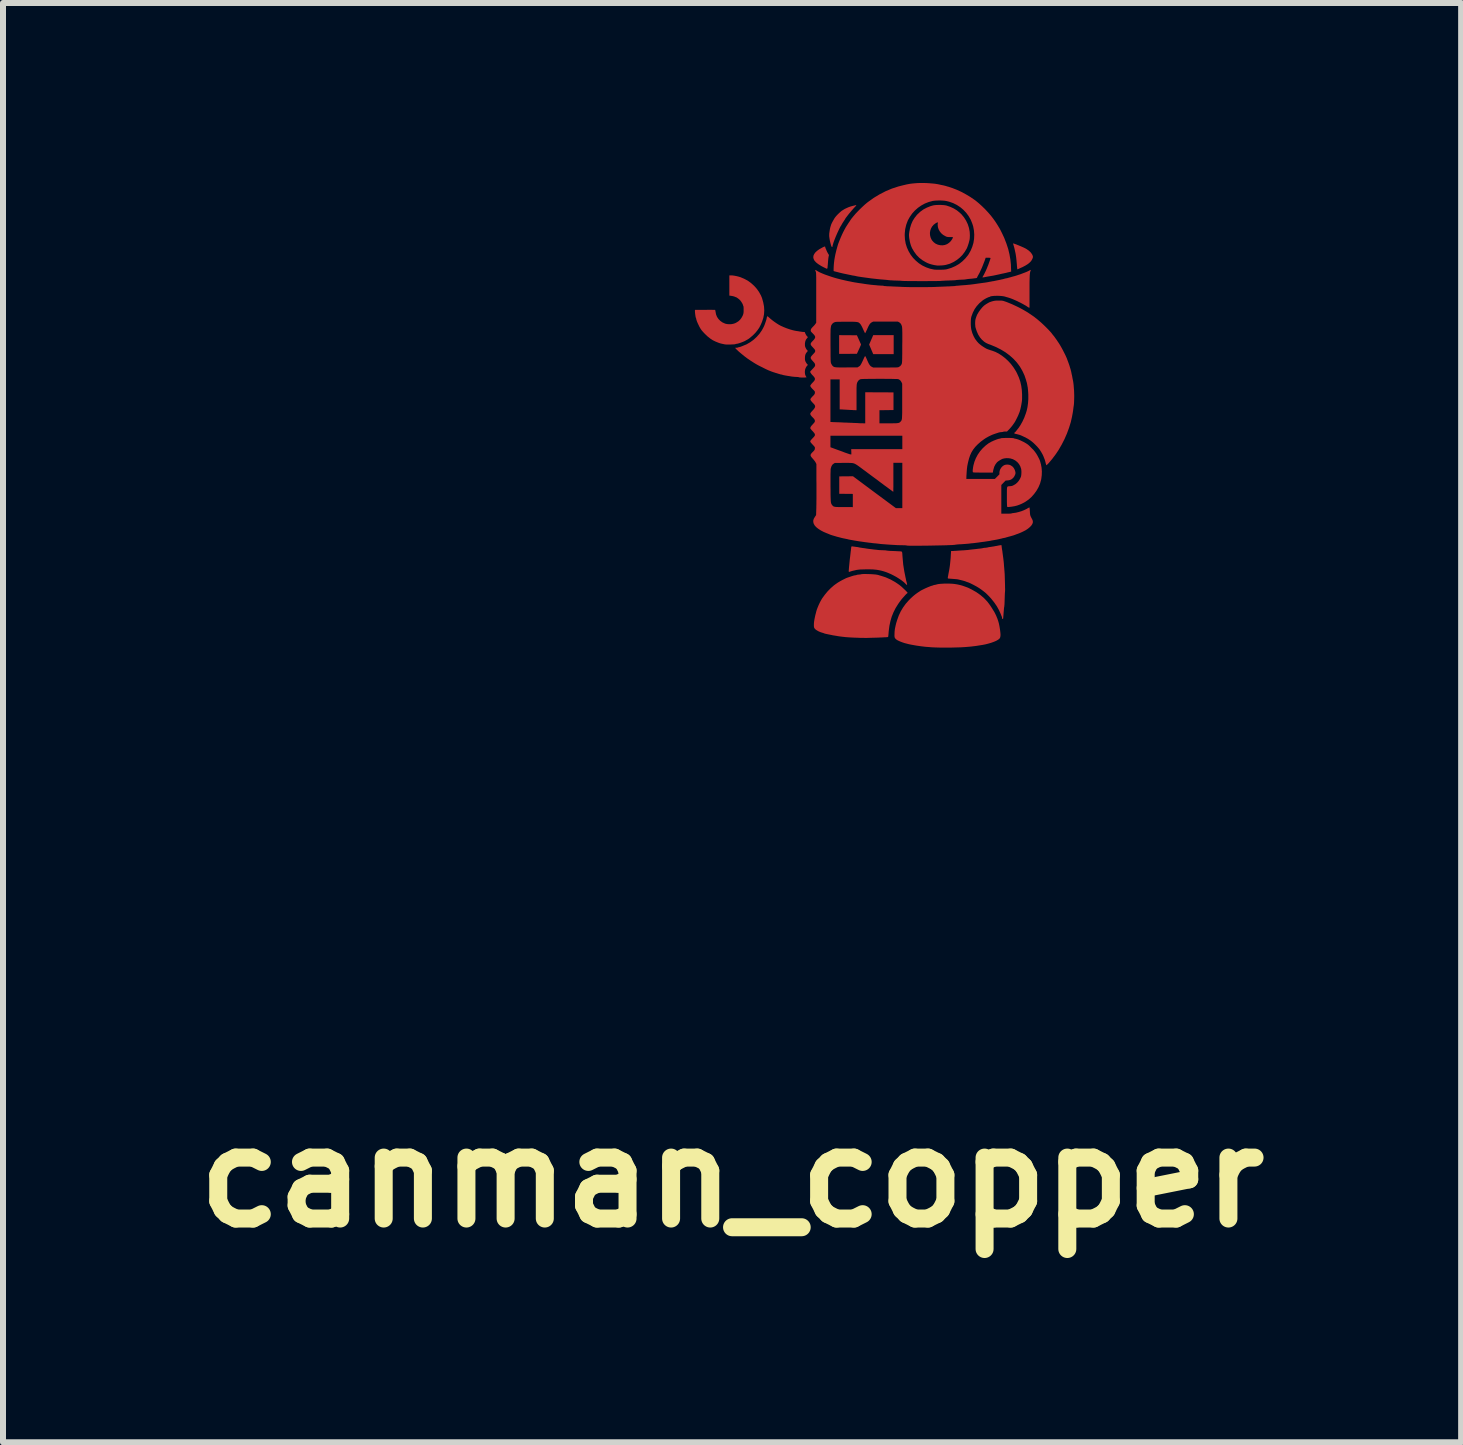
<source format=kicad_pcb>
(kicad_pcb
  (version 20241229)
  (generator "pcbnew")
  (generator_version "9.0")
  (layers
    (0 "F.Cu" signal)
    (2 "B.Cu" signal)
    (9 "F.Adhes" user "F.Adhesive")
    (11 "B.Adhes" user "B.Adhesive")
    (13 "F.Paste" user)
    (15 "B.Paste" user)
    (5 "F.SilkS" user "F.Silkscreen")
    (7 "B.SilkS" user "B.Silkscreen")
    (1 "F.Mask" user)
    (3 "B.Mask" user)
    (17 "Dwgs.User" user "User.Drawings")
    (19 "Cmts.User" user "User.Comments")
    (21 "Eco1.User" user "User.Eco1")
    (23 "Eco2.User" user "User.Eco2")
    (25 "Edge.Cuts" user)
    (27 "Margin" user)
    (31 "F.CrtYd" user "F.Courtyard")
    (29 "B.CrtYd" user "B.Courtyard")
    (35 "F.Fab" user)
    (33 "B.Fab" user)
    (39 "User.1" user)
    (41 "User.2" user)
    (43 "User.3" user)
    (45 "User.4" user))
  (footprint "canman_copper"
    (layer "F.Cu")
    (at 11.691 3.87)
    (property "Reference" "canman_copper" (at -2.54 12.7 0) (layer "F.SilkS") (effects (font (size 1.524 1.524) (thickness 0.3))))
    (attr board_only exclude_from_pos_files exclude_from_bom)
    (fp_poly (pts (xy 0.154 -1.018) (xy -0.187 -1.018) (xy -0.255 -1.177) (xy -0.187 -1.334) (xy 0.154 -1.334)) (stroke (width 0) (type solid)) (fill yes) (layer "F.Cu"))
    (fp_poly (pts (xy -0.607 -1.333) (xy -0.459 -1.332) (xy -0.425 -1.257) (xy -0.414 -1.233) (xy -0.405 -1.212) (xy -0.397 -1.195) (xy -0.392 -1.183) (xy -0.391 -1.177) (xy -0.392 -1.172) (xy -0.397 -1.16) (xy -0.405 -1.142) (xy -0.414 -1.121) (xy -0.425 -1.097) (xy -0.459 -1.023) (xy -0.755 -1.022) (xy -0.755 -1.334)) (stroke (width 0) (type solid)) (fill yes) (layer "F.Cu"))
    (fp_poly (pts (xy -0.99 -2.81) (xy -0.987 -2.805) (xy -0.987 -2.804) (xy -0.986 -2.796) (xy -0.981 -2.782) (xy -0.973 -2.764) (xy -0.965 -2.744) (xy -0.956 -2.724) (xy -0.947 -2.707) (xy -0.939 -2.693) (xy -0.937 -2.689) (xy -0.928 -2.676) (xy -0.925 -2.667) (xy -0.926 -2.661) (xy -0.926 -2.66) (xy -0.929 -2.651) (xy -0.932 -2.633) (xy -0.936 -2.607) (xy -0.939 -2.575) (xy -0.942 -2.536) (xy -0.944 -2.509) (xy -0.947 -2.482) (xy -0.948 -2.462) (xy -0.951 -2.45) (xy -0.954 -2.443) (xy -0.958 -2.44) (xy -0.964 -2.442) (xy -0.973 -2.446) (xy -0.974 -2.447) (xy -0.984 -2.451) (xy -0.998 -2.458) (xy -1.014 -2.466) (xy -1.016 -2.467) (xy -1.043 -2.481) (xy -1.072 -2.498) (xy -1.1 -2.516) (xy -1.124 -2.534) (xy -1.142 -2.549) (xy -1.166 -2.576) (xy -1.18 -2.603) (xy -1.186 -2.63) (xy -1.183 -2.658) (xy -1.171 -2.685) (xy -1.152 -2.712) (xy -1.123 -2.739) (xy -1.087 -2.765) (xy -1.073 -2.773) (xy -1.044 -2.789) (xy -1.022 -2.801) (xy -1.006 -2.808) (xy -0.996 -2.811)) (stroke (width 0) (type solid)) (fill yes) (layer "F.Cu"))
    (fp_poly (pts (xy 2.149 -2.862) (xy 2.16 -2.859) (xy 2.175 -2.854) (xy 2.191 -2.848) (xy 2.208 -2.842) (xy 2.214 -2.839) (xy 2.221 -2.836) (xy 2.235 -2.831) (xy 2.253 -2.823) (xy 2.273 -2.815) (xy 2.273 -2.815) (xy 2.325 -2.792) (xy 2.37 -2.768) (xy 2.406 -2.743) (xy 2.435 -2.716) (xy 2.457 -2.687) (xy 2.47 -2.662) (xy 2.475 -2.644) (xy 2.473 -2.624) (xy 2.464 -2.602) (xy 2.449 -2.576) (xy 2.445 -2.57) (xy 2.422 -2.545) (xy 2.391 -2.52) (xy 2.352 -2.495) (xy 2.303 -2.469) (xy 2.251 -2.446) (xy 2.239 -2.44) (xy 2.229 -2.436) (xy 2.228 -2.435) (xy 2.22 -2.432) (xy 2.216 -2.433) (xy 2.214 -2.437) (xy 2.213 -2.443) (xy 2.212 -2.456) (xy 2.21 -2.474) (xy 2.208 -2.496) (xy 2.208 -2.501) (xy 2.204 -2.546) (xy 2.2 -2.589) (xy 2.196 -2.627) (xy 2.191 -2.661) (xy 2.187 -2.687) (xy 2.184 -2.703) (xy 2.179 -2.724) (xy 2.174 -2.747) (xy 2.171 -2.762) (xy 2.164 -2.792) (xy 2.156 -2.819) (xy 2.15 -2.841) (xy 2.147 -2.849) (xy 2.144 -2.858) (xy 2.144 -2.862)) (stroke (width 0) (type solid)) (fill yes) (layer "F.Cu"))
    (fp_poly (pts (xy -0.469 -3.5) (xy -0.473 -3.492) (xy -0.483 -3.48) (xy -0.499 -3.463) (xy -0.507 -3.455) (xy -0.52 -3.44) (xy -0.536 -3.422) (xy -0.554 -3.401) (xy -0.573 -3.378) (xy -0.592 -3.356) (xy -0.609 -3.334) (xy -0.625 -3.313) (xy -0.638 -3.296) (xy -0.648 -3.283) (xy -0.653 -3.274) (xy -0.654 -3.272) (xy -0.656 -3.268) (xy -0.662 -3.258) (xy -0.671 -3.245) (xy -0.675 -3.238) (xy -0.686 -3.222) (xy -0.696 -3.206) (xy -0.703 -3.195) (xy -0.704 -3.193) (xy -0.712 -3.179) (xy -0.719 -3.166) (xy -0.733 -3.144) (xy -0.748 -3.116) (xy -0.763 -3.084) (xy -0.779 -3.05) (xy -0.795 -3.014) (xy -0.811 -2.977) (xy -0.825 -2.942) (xy -0.838 -2.908) (xy -0.849 -2.878) (xy -0.857 -2.851) (xy -0.863 -2.831) (xy -0.865 -2.817) (xy -0.865 -2.817) (xy -0.866 -2.807) (xy -0.872 -2.804) (xy -0.873 -2.804) (xy -0.879 -2.807) (xy -0.885 -2.817) (xy -0.888 -2.825) (xy -0.896 -2.854) (xy -0.904 -2.885) (xy -0.911 -2.917) (xy -0.916 -2.948) (xy -0.92 -2.975) (xy -0.921 -2.996) (xy -0.921 -2.998) (xy -0.92 -3.028) (xy -0.915 -3.063) (xy -0.909 -3.1) (xy -0.901 -3.136) (xy -0.891 -3.167) (xy -0.89 -3.172) (xy -0.883 -3.189) (xy -0.873 -3.21) (xy -0.86 -3.234) (xy -0.847 -3.257) (xy -0.835 -3.278) (xy -0.827 -3.29) (xy -0.814 -3.307) (xy -0.796 -3.328) (xy -0.775 -3.35) (xy -0.753 -3.371) (xy -0.732 -3.39) (xy -0.714 -3.405) (xy -0.713 -3.406) (xy -0.661 -3.438) (xy -0.602 -3.465) (xy -0.566 -3.478) (xy -0.555 -3.481) (xy -0.54 -3.485) (xy -0.522 -3.49) (xy -0.504 -3.494) (xy -0.488 -3.498) (xy -0.477 -3.501) (xy -0.471 -3.502)) (stroke (width 0) (type solid)) (fill yes) (layer "F.Cu"))
    (fp_poly (pts (xy -0.534 2.187) (xy -0.532 2.187) (xy -0.52 2.189) (xy -0.503 2.191) (xy -0.483 2.194) (xy -0.476 2.195) (xy -0.458 2.197) (xy -0.442 2.199) (xy -0.432 2.201) (xy -0.43 2.202) (xy -0.423 2.204) (xy -0.41 2.206) (xy -0.392 2.209) (xy -0.384 2.21) (xy -0.361 2.214) (xy -0.334 2.217) (xy -0.308 2.221) (xy -0.298 2.223) (xy -0.263 2.228) (xy -0.22 2.233) (xy -0.174 2.239) (xy -0.125 2.244) (xy -0.101 2.247) (xy -0.076 2.249) (xy -0.048 2.25) (xy -0.021 2.251) (xy -0.016 2.251) (xy 0.003 2.252) (xy 0.019 2.253) (xy 0.031 2.254) (xy 0.034 2.256) (xy 0.04 2.257) (xy 0.054 2.258) (xy 0.074 2.26) (xy 0.099 2.262) (xy 0.128 2.263) (xy 0.151 2.264) (xy 0.182 2.265) (xy 0.211 2.267) (xy 0.237 2.268) (xy 0.258 2.269) (xy 0.272 2.27) (xy 0.277 2.271) (xy 0.283 2.272) (xy 0.288 2.274) (xy 0.291 2.277) (xy 0.294 2.283) (xy 0.296 2.293) (xy 0.298 2.308) (xy 0.299 2.329) (xy 0.301 2.356) (xy 0.303 2.379) (xy 0.313 2.49) (xy 0.331 2.604) (xy 0.346 2.677) (xy 0.35 2.699) (xy 0.355 2.719) (xy 0.358 2.736) (xy 0.36 2.745) (xy 0.363 2.759) (xy 0.368 2.777) (xy 0.371 2.789) (xy 0.376 2.81) (xy 0.378 2.823) (xy 0.376 2.829) (xy 0.371 2.828) (xy 0.361 2.819) (xy 0.353 2.811) (xy 0.324 2.783) (xy 0.287 2.754) (xy 0.244 2.725) (xy 0.198 2.696) (xy 0.148 2.669) (xy 0.097 2.644) (xy 0.047 2.623) (xy 0.035 2.618) (xy 0.005 2.608) (xy -0.024 2.599) (xy -0.054 2.591) (xy -0.087 2.584) (xy -0.127 2.577) (xy -0.134 2.576) (xy -0.157 2.574) (xy -0.187 2.571) (xy -0.221 2.57) (xy -0.258 2.569) (xy -0.296 2.569) (xy -0.334 2.57) (xy -0.371 2.571) (xy -0.405 2.572) (xy -0.434 2.575) (xy -0.457 2.578) (xy -0.469 2.58) (xy -0.481 2.583) (xy -0.498 2.587) (xy -0.517 2.591) (xy -0.52 2.592) (xy -0.538 2.596) (xy -0.554 2.601) (xy -0.566 2.605) (xy -0.567 2.605) (xy -0.579 2.61) (xy -0.588 2.611) (xy -0.592 2.61) (xy -0.595 2.607) (xy -0.595 2.599) (xy -0.595 2.585) (xy -0.594 2.581) (xy -0.592 2.554) (xy -0.589 2.52) (xy -0.585 2.481) (xy -0.581 2.44) (xy -0.577 2.399) (xy -0.572 2.36) (xy -0.568 2.326) (xy -0.565 2.3) (xy -0.562 2.272) (xy -0.558 2.246) (xy -0.558 2.238) (xy -0.555 2.216) (xy -0.553 2.2) (xy -0.55 2.191) (xy -0.547 2.187) (xy -0.542 2.186)) (stroke (width 0) (type solid)) (fill yes) (layer "F.Cu"))
    (fp_poly (pts (xy 0.962 -3.503) (xy 0.993 -3.501) (xy 1.019 -3.497) (xy 1.031 -3.495) (xy 1.096 -3.473) (xy 1.153 -3.447) (xy 1.206 -3.415) (xy 1.253 -3.377) (xy 1.284 -3.348) (xy 1.326 -3.297) (xy 1.361 -3.242) (xy 1.389 -3.183) (xy 1.409 -3.121) (xy 1.421 -3.056) (xy 1.424 -2.997) (xy 1.423 -2.974) (xy 1.422 -2.951) (xy 1.42 -2.931) (xy 1.418 -2.92) (xy 1.411 -2.893) (xy 1.403 -2.863) (xy 1.393 -2.833) (xy 1.384 -2.807) (xy 1.375 -2.785) (xy 1.373 -2.78) (xy 1.339 -2.723) (xy 1.3 -2.671) (xy 1.254 -2.625) (xy 1.203 -2.585) (xy 1.148 -2.551) (xy 1.089 -2.524) (xy 1.027 -2.506) (xy 1.017 -2.504) (xy 1 -2.501) (xy 0.977 -2.498) (xy 0.951 -2.496) (xy 0.926 -2.495) (xy 0.902 -2.494) (xy 0.883 -2.494) (xy 0.875 -2.495) (xy 0.83 -2.502) (xy 0.791 -2.511) (xy 0.756 -2.521) (xy 0.722 -2.534) (xy 0.689 -2.55) (xy 0.633 -2.583) (xy 0.581 -2.623) (xy 0.535 -2.67) (xy 0.496 -2.723) (xy 0.462 -2.78) (xy 0.456 -2.793) (xy 0.443 -2.824) (xy 0.433 -2.856) (xy 0.424 -2.89) (xy 0.417 -2.929) (xy 0.414 -2.946) (xy 0.411 -2.969) (xy 0.41 -2.986) (xy 0.409 -3.002) (xy 0.41 -3.019) (xy 0.412 -3.039) (xy 0.758 -3.039) (xy 0.76 -3) (xy 0.769 -2.963) (xy 0.785 -2.927) (xy 0.796 -2.91) (xy 0.823 -2.881) (xy 0.854 -2.858) (xy 0.89 -2.842) (xy 0.929 -2.833) (xy 0.968 -2.831) (xy 1.007 -2.837) (xy 1.044 -2.851) (xy 1.077 -2.873) (xy 1.106 -2.901) (xy 1.129 -2.934) (xy 1.141 -2.959) (xy 1.142 -2.963) (xy 1.141 -2.966) (xy 1.137 -2.968) (xy 1.128 -2.968) (xy 1.112 -2.969) (xy 1.095 -2.969) (xy 1.074 -2.969) (xy 1.058 -2.97) (xy 1.046 -2.972) (xy 1.034 -2.975) (xy 1.021 -2.981) (xy 1.013 -2.985) (xy 0.977 -3.006) (xy 0.946 -3.033) (xy 0.921 -3.065) (xy 0.902 -3.1) (xy 0.891 -3.137) (xy 0.887 -3.175) (xy 0.889 -3.194) (xy 0.89 -3.206) (xy 0.889 -3.213) (xy 0.886 -3.215) (xy 0.878 -3.212) (xy 0.864 -3.205) (xy 0.852 -3.198) (xy 0.82 -3.174) (xy 0.795 -3.145) (xy 0.776 -3.112) (xy 0.764 -3.076) (xy 0.758 -3.039) (xy 0.412 -3.039) (xy 0.413 -3.039) (xy 0.414 -3.053) (xy 0.427 -3.12) (xy 0.446 -3.182) (xy 0.471 -3.239) (xy 0.504 -3.291) (xy 0.543 -3.34) (xy 0.55 -3.347) (xy 0.597 -3.391) (xy 0.649 -3.429) (xy 0.706 -3.459) (xy 0.768 -3.484) (xy 0.81 -3.496) (xy 0.832 -3.5) (xy 0.861 -3.503) (xy 0.893 -3.504) (xy 0.928 -3.505)) (stroke (width 0) (type solid)) (fill yes) (layer "F.Cu"))
    (fp_poly (pts (xy 1.072 2.807) (xy 1.107 2.808) (xy 1.139 2.81) (xy 1.166 2.813) (xy 1.174 2.814) (xy 1.205 2.819) (xy 1.231 2.824) (xy 1.252 2.829) (xy 1.272 2.834) (xy 1.294 2.84) (xy 1.318 2.848) (xy 1.346 2.858) (xy 1.368 2.866) (xy 1.387 2.873) (xy 1.405 2.881) (xy 1.425 2.891) (xy 1.449 2.903) (xy 1.457 2.907) (xy 1.531 2.949) (xy 1.598 2.996) (xy 1.659 3.048) (xy 1.713 3.105) (xy 1.737 3.136) (xy 1.762 3.17) (xy 1.786 3.207) (xy 1.809 3.244) (xy 1.831 3.279) (xy 1.848 3.312) (xy 1.862 3.341) (xy 1.868 3.355) (xy 1.872 3.367) (xy 1.879 3.382) (xy 1.882 3.39) (xy 1.895 3.427) (xy 1.907 3.469) (xy 1.917 3.517) (xy 1.926 3.572) (xy 1.929 3.594) (xy 1.933 3.631) (xy 1.935 3.662) (xy 1.933 3.685) (xy 1.929 3.704) (xy 1.923 3.717) (xy 1.922 3.718) (xy 1.909 3.732) (xy 1.889 3.746) (xy 1.862 3.761) (xy 1.827 3.776) (xy 1.783 3.792) (xy 1.753 3.801) (xy 1.721 3.81) (xy 1.681 3.82) (xy 1.634 3.829) (xy 1.583 3.837) (xy 1.527 3.846) (xy 1.468 3.853) (xy 1.455 3.855) (xy 1.401 3.86) (xy 1.339 3.865) (xy 1.272 3.869) (xy 1.201 3.871) (xy 1.128 3.873) (xy 1.054 3.874) (xy 0.981 3.874) (xy 0.91 3.873) (xy 0.843 3.871) (xy 0.781 3.868) (xy 0.759 3.866) (xy 0.722 3.863) (xy 0.691 3.861) (xy 0.665 3.858) (xy 0.64 3.855) (xy 0.614 3.852) (xy 0.586 3.848) (xy 0.552 3.843) (xy 0.542 3.842) (xy 0.497 3.834) (xy 0.452 3.826) (xy 0.408 3.817) (xy 0.369 3.807) (xy 0.334 3.798) (xy 0.307 3.789) (xy 0.267 3.774) (xy 0.235 3.76) (xy 0.21 3.747) (xy 0.192 3.733) (xy 0.179 3.72) (xy 0.175 3.712) (xy 0.171 3.705) (xy 0.169 3.697) (xy 0.168 3.687) (xy 0.167 3.672) (xy 0.168 3.651) (xy 0.168 3.638) (xy 0.169 3.614) (xy 0.171 3.591) (xy 0.173 3.573) (xy 0.175 3.56) (xy 0.175 3.559) (xy 0.178 3.545) (xy 0.182 3.526) (xy 0.186 3.506) (xy 0.187 3.504) (xy 0.191 3.486) (xy 0.197 3.462) (xy 0.205 3.437) (xy 0.212 3.414) (xy 0.239 3.339) (xy 0.272 3.269) (xy 0.311 3.204) (xy 0.356 3.142) (xy 0.409 3.082) (xy 0.435 3.056) (xy 0.465 3.028) (xy 0.494 3.003) (xy 0.523 2.98) (xy 0.555 2.957) (xy 0.592 2.933) (xy 0.599 2.928) (xy 0.613 2.92) (xy 0.632 2.91) (xy 0.655 2.899) (xy 0.679 2.887) (xy 0.702 2.877) (xy 0.722 2.868) (xy 0.737 2.862) (xy 0.737 2.862) (xy 0.753 2.856) (xy 0.765 2.851) (xy 0.772 2.848) (xy 0.781 2.845) (xy 0.794 2.842) (xy 0.794 2.842) (xy 0.806 2.838) (xy 0.814 2.835) (xy 0.814 2.835) (xy 0.821 2.832) (xy 0.833 2.829) (xy 0.838 2.829) (xy 0.852 2.826) (xy 0.864 2.823) (xy 0.867 2.822) (xy 0.882 2.818) (xy 0.904 2.814) (xy 0.932 2.811) (xy 0.964 2.809) (xy 0.999 2.807) (xy 1.036 2.807)) (stroke (width 0) (type solid)) (fill yes) (layer "F.Cu"))
    (fp_poly (pts (xy -0.283 2.648) (xy -0.231 2.649) (xy -0.187 2.652) (xy -0.151 2.655) (xy -0.123 2.659) (xy -0.105 2.663) (xy -0.092 2.667) (xy -0.076 2.672) (xy -0.064 2.675) (xy 0.02 2.702) (xy 0.101 2.738) (xy 0.178 2.781) (xy 0.251 2.831) (xy 0.261 2.839) (xy 0.275 2.85) (xy 0.292 2.865) (xy 0.31 2.882) (xy 0.328 2.899) (xy 0.346 2.916) (xy 0.362 2.932) (xy 0.375 2.946) (xy 0.383 2.955) (xy 0.386 2.96) (xy 0.383 2.966) (xy 0.378 2.969) (xy 0.372 2.974) (xy 0.361 2.984) (xy 0.347 2.999) (xy 0.33 3.018) (xy 0.312 3.038) (xy 0.294 3.059) (xy 0.278 3.078) (xy 0.269 3.091) (xy 0.256 3.108) (xy 0.242 3.128) (xy 0.227 3.149) (xy 0.226 3.151) (xy 0.185 3.217) (xy 0.151 3.285) (xy 0.122 3.356) (xy 0.1 3.431) (xy 0.083 3.51) (xy 0.072 3.595) (xy 0.069 3.63) (xy 0.067 3.653) (xy 0.065 3.673) (xy 0.063 3.688) (xy 0.061 3.696) (xy 0.061 3.697) (xy 0.055 3.698) (xy 0.042 3.7) (xy 0.023 3.701) (xy -0.003 3.702) (xy -0.033 3.704) (xy -0.066 3.705) (xy -0.102 3.707) (xy -0.14 3.708) (xy -0.178 3.709) (xy -0.216 3.71) (xy -0.251 3.711) (xy -0.285 3.712) (xy -0.314 3.712) (xy -0.334 3.712) (xy -0.369 3.711) (xy -0.411 3.711) (xy -0.455 3.709) (xy -0.497 3.708) (xy -0.535 3.706) (xy -0.538 3.706) (xy -0.573 3.704) (xy -0.603 3.702) (xy -0.629 3.7) (xy -0.654 3.698) (xy -0.679 3.695) (xy -0.707 3.692) (xy -0.739 3.688) (xy -0.768 3.684) (xy -0.796 3.679) (xy -0.826 3.674) (xy -0.858 3.669) (xy -0.89 3.662) (xy -0.921 3.656) (xy -0.95 3.65) (xy -0.974 3.645) (xy -0.994 3.64) (xy -1.007 3.636) (xy -1.012 3.633) (xy -1.018 3.631) (xy -1.03 3.627) (xy -1.036 3.626) (xy -1.066 3.616) (xy -1.095 3.604) (xy -1.122 3.589) (xy -1.145 3.574) (xy -1.161 3.558) (xy -1.165 3.553) (xy -1.17 3.543) (xy -1.174 3.534) (xy -1.175 3.523) (xy -1.176 3.507) (xy -1.176 3.496) (xy -1.175 3.466) (xy -1.172 3.437) (xy -1.167 3.406) (xy -1.16 3.371) (xy -1.151 3.329) (xy -1.148 3.318) (xy -1.143 3.3) (xy -1.139 3.284) (xy -1.137 3.274) (xy -1.126 3.238) (xy -1.111 3.199) (xy -1.093 3.157) (xy -1.073 3.115) (xy -1.051 3.075) (xy -1.037 3.052) (xy -0.994 2.993) (xy -0.947 2.936) (xy -0.895 2.883) (xy -0.841 2.836) (xy -0.811 2.814) (xy -0.787 2.797) (xy -0.758 2.779) (xy -0.727 2.761) (xy -0.695 2.744) (xy -0.665 2.729) (xy -0.639 2.716) (xy -0.618 2.708) (xy -0.582 2.696) (xy -0.553 2.686) (xy -0.531 2.679) (xy -0.514 2.674) (xy -0.501 2.671) (xy -0.492 2.669) (xy -0.485 2.668) (xy -0.483 2.668) (xy -0.473 2.667) (xy -0.467 2.664) (xy -0.461 2.662) (xy -0.449 2.659) (xy -0.432 2.657) (xy -0.428 2.657) (xy -0.41 2.655) (xy -0.395 2.653) (xy -0.385 2.651) (xy -0.384 2.65) (xy -0.377 2.649) (xy -0.362 2.648) (xy -0.34 2.647) (xy -0.313 2.647)) (stroke (width 0) (type solid)) (fill yes) (layer "F.Cu"))
    (fp_poly (pts (xy 2.08 0.379) (xy 2.105 0.38) (xy 2.127 0.381) (xy 2.143 0.382) (xy 2.153 0.384) (xy 2.155 0.384) (xy 2.163 0.388) (xy 2.176 0.391) (xy 2.181 0.392) (xy 2.203 0.397) (xy 2.229 0.405) (xy 2.26 0.417) (xy 2.291 0.432) (xy 2.322 0.447) (xy 2.351 0.464) (xy 2.352 0.464) (xy 2.368 0.474) (xy 2.38 0.482) (xy 2.39 0.489) (xy 2.4 0.497) (xy 2.411 0.507) (xy 2.425 0.52) (xy 2.442 0.538) (xy 2.453 0.549) (xy 2.485 0.581) (xy 2.51 0.612) (xy 2.532 0.643) (xy 2.552 0.677) (xy 2.565 0.702) (xy 2.576 0.723) (xy 2.584 0.74) (xy 2.59 0.755) (xy 2.595 0.77) (xy 2.6 0.788) (xy 2.606 0.811) (xy 2.608 0.816) (xy 2.619 0.875) (xy 2.624 0.937) (xy 2.622 1) (xy 2.614 1.062) (xy 2.611 1.077) (xy 2.594 1.139) (xy 2.568 1.2) (xy 2.535 1.258) (xy 2.496 1.312) (xy 2.452 1.362) (xy 2.403 1.406) (xy 2.354 1.44) (xy 2.338 1.45) (xy 2.325 1.457) (xy 2.314 1.463) (xy 2.301 1.469) (xy 2.295 1.473) (xy 2.253 1.491) (xy 2.211 1.506) (xy 2.167 1.517) (xy 2.119 1.525) (xy 2.075 1.53) (xy 2.06 1.531) (xy 2.052 1.53) (xy 2.047 1.526) (xy 2.045 1.523) (xy 2.044 1.516) (xy 2.043 1.5) (xy 2.042 1.475) (xy 2.041 1.442) (xy 2.041 1.4) (xy 2.041 1.357) (xy 2.041 1.314) (xy 2.041 1.279) (xy 2.041 1.251) (xy 2.042 1.229) (xy 2.043 1.212) (xy 2.046 1.201) (xy 2.05 1.193) (xy 2.055 1.188) (xy 2.062 1.186) (xy 2.07 1.185) (xy 2.081 1.184) (xy 2.089 1.184) (xy 2.106 1.182) (xy 2.121 1.18) (xy 2.13 1.178) (xy 2.131 1.177) (xy 2.14 1.173) (xy 2.153 1.167) (xy 2.16 1.163) (xy 2.187 1.147) (xy 2.214 1.123) (xy 2.238 1.095) (xy 2.258 1.063) (xy 2.273 1.031) (xy 2.278 1.014) (xy 2.281 0.991) (xy 2.283 0.964) (xy 2.283 0.936) (xy 2.281 0.91) (xy 2.278 0.893) (xy 2.264 0.852) (xy 2.243 0.815) (xy 2.215 0.782) (xy 2.181 0.755) (xy 2.142 0.734) (xy 2.103 0.722) (xy 2.07 0.717) (xy 2.034 0.716) (xy 1.999 0.72) (xy 1.969 0.727) (xy 1.952 0.735) (xy 1.932 0.746) (xy 1.911 0.759) (xy 1.892 0.772) (xy 1.878 0.784) (xy 1.875 0.787) (xy 1.85 0.82) (xy 1.83 0.859) (xy 1.817 0.903) (xy 1.812 0.925) (xy 1.807 0.957) (xy 1.644 0.957) (xy 1.601 0.957) (xy 1.566 0.956) (xy 1.538 0.956) (xy 1.516 0.956) (xy 1.5 0.955) (xy 1.489 0.954) (xy 1.481 0.953) (xy 1.477 0.952) (xy 1.474 0.95) (xy 1.472 0.941) (xy 1.471 0.925) (xy 1.473 0.901) (xy 1.477 0.872) (xy 1.483 0.838) (xy 1.5 0.776) (xy 1.524 0.716) (xy 1.555 0.658) (xy 1.593 0.603) (xy 1.636 0.553) (xy 1.684 0.508) (xy 1.735 0.469) (xy 1.79 0.438) (xy 1.796 0.436) (xy 1.824 0.423) (xy 1.852 0.412) (xy 1.878 0.402) (xy 1.9 0.395) (xy 1.917 0.391) (xy 1.924 0.391) (xy 1.934 0.388) (xy 1.939 0.385) (xy 1.945 0.383) (xy 1.958 0.382) (xy 1.977 0.381) (xy 2.001 0.38) (xy 2.027 0.379) (xy 2.054 0.379)) (stroke (width 0) (type solid)) (fill yes) (layer "F.Cu"))
    (fp_poly (pts (xy -2.555 -2.33) (xy -2.529 -2.329) (xy -2.496 -2.324) (xy -2.461 -2.317) (xy -2.426 -2.308) (xy -2.4 -2.3) (xy -2.338 -2.274) (xy -2.278 -2.242) (xy -2.223 -2.202) (xy -2.173 -2.157) (xy -2.128 -2.107) (xy -2.09 -2.053) (xy -2.058 -1.995) (xy -2.04 -1.951) (xy -2.02 -1.88) (xy -2.007 -1.811) (xy -2.003 -1.746) (xy -2.007 -1.682) (xy -2.019 -1.621) (xy -2.021 -1.615) (xy -2.04 -1.557) (xy -2.062 -1.506) (xy -2.086 -1.459) (xy -2.115 -1.417) (xy -2.149 -1.375) (xy -2.178 -1.345) (xy -2.199 -1.325) (xy -2.222 -1.306) (xy -2.244 -1.287) (xy -2.266 -1.271) (xy -2.284 -1.26) (xy -2.293 -1.255) (xy -2.303 -1.25) (xy -2.315 -1.243) (xy -2.316 -1.242) (xy -2.331 -1.234) (xy -2.352 -1.225) (xy -2.375 -1.216) (xy -2.399 -1.207) (xy -2.423 -1.199) (xy -2.444 -1.193) (xy -2.46 -1.19) (xy -2.466 -1.189) (xy -2.476 -1.188) (xy -2.482 -1.185) (xy -2.488 -1.183) (xy -2.501 -1.181) (xy -2.52 -1.18) (xy -2.542 -1.179) (xy -2.567 -1.178) (xy -2.591 -1.178) (xy -2.615 -1.178) (xy -2.636 -1.178) (xy -2.652 -1.179) (xy -2.659 -1.18) (xy -2.688 -1.186) (xy -2.71 -1.191) (xy -2.728 -1.195) (xy -2.745 -1.2) (xy -2.76 -1.205) (xy -2.813 -1.226) (xy -2.86 -1.249) (xy -2.903 -1.277) (xy -2.946 -1.311) (xy -2.986 -1.349) (xy -3.006 -1.369) (xy -3.024 -1.389) (xy -3.041 -1.408) (xy -3.053 -1.424) (xy -3.058 -1.431) (xy -3.072 -1.453) (xy -3.086 -1.478) (xy -3.099 -1.505) (xy -3.112 -1.533) (xy -3.123 -1.558) (xy -3.131 -1.581) (xy -3.136 -1.599) (xy -3.138 -1.608) (xy -3.14 -1.618) (xy -3.142 -1.622) (xy -3.145 -1.628) (xy -3.148 -1.642) (xy -3.151 -1.661) (xy -3.154 -1.683) (xy -3.157 -1.707) (xy -3.158 -1.724) (xy -3.159 -1.741) (xy -3.158 -1.751) (xy -3.156 -1.755) (xy -3.155 -1.755) (xy -3.147 -1.755) (xy -3.133 -1.755) (xy -3.112 -1.755) (xy -3.086 -1.755) (xy -3.057 -1.755) (xy -3.025 -1.755) (xy -2.992 -1.755) (xy -2.959 -1.756) (xy -2.927 -1.756) (xy -2.897 -1.756) (xy -2.871 -1.756) (xy -2.849 -1.755) (xy -2.834 -1.755) (xy -2.825 -1.755) (xy -2.823 -1.755) (xy -2.82 -1.751) (xy -2.818 -1.74) (xy -2.815 -1.725) (xy -2.807 -1.681) (xy -2.791 -1.64) (xy -2.767 -1.604) (xy -2.737 -1.573) (xy -2.701 -1.547) (xy -2.659 -1.528) (xy -2.655 -1.526) (xy -2.624 -1.519) (xy -2.59 -1.516) (xy -2.554 -1.517) (xy -2.521 -1.523) (xy -2.492 -1.532) (xy -2.485 -1.535) (xy -2.476 -1.54) (xy -2.464 -1.546) (xy -2.461 -1.548) (xy -2.433 -1.566) (xy -2.406 -1.591) (xy -2.383 -1.622) (xy -2.364 -1.656) (xy -2.358 -1.671) (xy -2.353 -1.685) (xy -2.35 -1.698) (xy -2.348 -1.712) (xy -2.347 -1.73) (xy -2.347 -1.755) (xy -2.347 -1.756) (xy -2.347 -1.78) (xy -2.348 -1.799) (xy -2.349 -1.812) (xy -2.351 -1.818) (xy -2.355 -1.826) (xy -2.358 -1.837) (xy -2.364 -1.853) (xy -2.375 -1.873) (xy -2.388 -1.893) (xy -2.402 -1.912) (xy -2.407 -1.917) (xy -2.417 -1.927) (xy -2.431 -1.939) (xy -2.446 -1.95) (xy -2.459 -1.959) (xy -2.47 -1.965) (xy -2.474 -1.966) (xy -2.48 -1.968) (xy -2.489 -1.972) (xy -2.489 -1.972) (xy -2.504 -1.978) (xy -2.525 -1.984) (xy -2.549 -1.988) (xy -2.566 -1.991) (xy -2.585 -1.993) (xy -2.585 -2.33)) (stroke (width 0) (type solid)) (fill yes) (layer "F.Cu"))
    (fp_poly (pts (xy 1.949 2.166) (xy 1.952 2.172) (xy 1.953 2.182) (xy 1.953 2.182) (xy 1.954 2.193) (xy 1.956 2.21) (xy 1.959 2.228) (xy 1.959 2.231) (xy 1.965 2.265) (xy 1.97 2.305) (xy 1.976 2.349) (xy 1.982 2.394) (xy 1.987 2.438) (xy 1.991 2.478) (xy 1.992 2.497) (xy 1.994 2.523) (xy 1.997 2.554) (xy 1.999 2.584) (xy 2.001 2.602) (xy 2.002 2.62) (xy 2.004 2.644) (xy 2.005 2.672) (xy 2.006 2.703) (xy 2.007 2.737) (xy 2.008 2.771) (xy 2.009 2.805) (xy 2.01 2.838) (xy 2.01 2.868) (xy 2.011 2.895) (xy 2.011 2.917) (xy 2.01 2.933) (xy 2.01 2.941) (xy 2.01 2.942) (xy 2.009 2.948) (xy 2.008 2.961) (xy 2.007 2.98) (xy 2.006 3.005) (xy 2.005 3.033) (xy 2.004 3.062) (xy 2.003 3.094) (xy 2.002 3.124) (xy 2.001 3.15) (xy 1.999 3.171) (xy 1.998 3.185) (xy 1.997 3.192) (xy 1.995 3.201) (xy 1.993 3.217) (xy 1.991 3.238) (xy 1.989 3.262) (xy 1.988 3.276) (xy 1.985 3.312) (xy 1.983 3.339) (xy 1.981 3.36) (xy 1.98 3.376) (xy 1.979 3.386) (xy 1.977 3.392) (xy 1.976 3.395) (xy 1.974 3.397) (xy 1.972 3.397) (xy 1.971 3.397) (xy 1.965 3.394) (xy 1.962 3.386) (xy 1.96 3.377) (xy 1.958 3.363) (xy 1.954 3.352) (xy 1.953 3.35) (xy 1.949 3.342) (xy 1.944 3.328) (xy 1.938 3.313) (xy 1.909 3.249) (xy 1.873 3.184) (xy 1.829 3.12) (xy 1.78 3.059) (xy 1.777 3.055) (xy 1.743 3.018) (xy 1.711 2.986) (xy 1.68 2.957) (xy 1.647 2.931) (xy 1.611 2.904) (xy 1.582 2.884) (xy 1.563 2.872) (xy 1.54 2.858) (xy 1.514 2.844) (xy 1.488 2.83) (xy 1.461 2.816) (xy 1.437 2.804) (xy 1.415 2.794) (xy 1.397 2.787) (xy 1.386 2.783) (xy 1.382 2.782) (xy 1.375 2.78) (xy 1.37 2.778) (xy 1.359 2.773) (xy 1.341 2.767) (xy 1.319 2.76) (xy 1.296 2.754) (xy 1.277 2.749) (xy 1.259 2.745) (xy 1.243 2.741) (xy 1.231 2.738) (xy 1.231 2.738) (xy 1.222 2.736) (xy 1.206 2.734) (xy 1.184 2.732) (xy 1.159 2.73) (xy 1.133 2.728) (xy 1.106 2.726) (xy 1.08 2.724) (xy 1.077 2.724) (xy 1.068 2.723) (xy 1.061 2.722) (xy 1.057 2.718) (xy 1.056 2.711) (xy 1.057 2.698) (xy 1.061 2.679) (xy 1.064 2.662) (xy 1.068 2.639) (xy 1.073 2.614) (xy 1.077 2.592) (xy 1.078 2.589) (xy 1.085 2.547) (xy 1.092 2.497) (xy 1.098 2.439) (xy 1.104 2.373) (xy 1.106 2.336) (xy 1.111 2.264) (xy 1.129 2.264) (xy 1.141 2.264) (xy 1.159 2.262) (xy 1.18 2.261) (xy 1.2 2.26) (xy 1.225 2.258) (xy 1.254 2.256) (xy 1.286 2.254) (xy 1.316 2.252) (xy 1.323 2.252) (xy 1.348 2.25) (xy 1.371 2.248) (xy 1.39 2.247) (xy 1.403 2.245) (xy 1.406 2.245) (xy 1.416 2.243) (xy 1.432 2.241) (xy 1.452 2.239) (xy 1.475 2.236) (xy 1.479 2.236) (xy 1.525 2.231) (xy 1.564 2.226) (xy 1.594 2.223) (xy 1.616 2.22) (xy 1.631 2.218) (xy 1.638 2.216) (xy 1.639 2.216) (xy 1.645 2.214) (xy 1.658 2.212) (xy 1.674 2.21) (xy 1.681 2.21) (xy 1.698 2.208) (xy 1.713 2.206) (xy 1.721 2.204) (xy 1.722 2.204) (xy 1.729 2.202) (xy 1.741 2.199) (xy 1.758 2.197) (xy 1.766 2.196) (xy 1.785 2.193) (xy 1.804 2.19) (xy 1.824 2.187) (xy 1.849 2.182) (xy 1.878 2.177) (xy 1.911 2.17) (xy 1.927 2.168) (xy 1.941 2.166) (xy 1.948 2.166)) (stroke (width 0) (type solid)) (fill yes) (layer "F.Cu"))
    (fp_poly (pts (xy -1.947 -1.648) (xy -1.94 -1.643) (xy -1.93 -1.634) (xy -1.928 -1.632) (xy -1.902 -1.609) (xy -1.87 -1.583) (xy -1.834 -1.556) (xy -1.796 -1.53) (xy -1.766 -1.511) (xy -1.728 -1.49) (xy -1.684 -1.47) (xy -1.634 -1.45) (xy -1.576 -1.43) (xy -1.534 -1.418) (xy -1.518 -1.414) (xy -1.496 -1.409) (xy -1.47 -1.404) (xy -1.441 -1.4) (xy -1.413 -1.395) (xy -1.386 -1.391) (xy -1.363 -1.388) (xy -1.346 -1.387) (xy -1.34 -1.387) (xy -1.329 -1.385) (xy -1.325 -1.381) (xy -1.323 -1.372) (xy -1.317 -1.358) (xy -1.309 -1.343) (xy -1.3 -1.328) (xy -1.292 -1.317) (xy -1.288 -1.314) (xy -1.279 -1.305) (xy -1.278 -1.297) (xy -1.285 -1.289) (xy -1.305 -1.264) (xy -1.318 -1.235) (xy -1.325 -1.2) (xy -1.325 -1.184) (xy -1.325 -1.163) (xy -1.323 -1.148) (xy -1.318 -1.134) (xy -1.313 -1.121) (xy -1.304 -1.105) (xy -1.295 -1.091) (xy -1.288 -1.083) (xy -1.276 -1.071) (xy -1.294 -1.05) (xy -1.309 -1.029) (xy -1.318 -1.009) (xy -1.323 -0.986) (xy -1.325 -0.958) (xy -1.325 -0.953) (xy -1.325 -0.932) (xy -1.323 -0.916) (xy -1.319 -0.903) (xy -1.314 -0.891) (xy -1.305 -0.875) (xy -1.295 -0.86) (xy -1.289 -0.852) (xy -1.275 -0.838) (xy -1.289 -0.824) (xy -1.299 -0.812) (xy -1.308 -0.796) (xy -1.314 -0.784) (xy -1.322 -0.76) (xy -1.326 -0.733) (xy -1.326 -0.705) (xy -1.322 -0.679) (xy -1.314 -0.657) (xy -1.304 -0.641) (xy -1.3 -0.634) (xy -1.299 -0.632) (xy -1.303 -0.63) (xy -1.314 -0.629) (xy -1.33 -0.628) (xy -1.349 -0.628) (xy -1.369 -0.628) (xy -1.389 -0.628) (xy -1.405 -0.629) (xy -1.418 -0.63) (xy -1.424 -0.632) (xy -1.424 -0.632) (xy -1.429 -0.634) (xy -1.441 -0.636) (xy -1.456 -0.637) (xy -1.496 -0.639) (xy -1.544 -0.644) (xy -1.591 -0.652) (xy -1.612 -0.655) (xy -1.635 -0.659) (xy -1.653 -0.662) (xy -1.657 -0.663) (xy -1.673 -0.666) (xy -1.687 -0.669) (xy -1.694 -0.671) (xy -1.706 -0.675) (xy -1.72 -0.678) (xy -1.72 -0.678) (xy -1.732 -0.68) (xy -1.745 -0.684) (xy -1.762 -0.689) (xy -1.784 -0.696) (xy -1.797 -0.7) (xy -1.815 -0.705) (xy -1.832 -0.711) (xy -1.849 -0.716) (xy -1.863 -0.721) (xy -1.871 -0.724) (xy -1.872 -0.724) (xy -1.88 -0.727) (xy -1.893 -0.732) (xy -1.91 -0.739) (xy -1.918 -0.742) (xy -1.933 -0.748) (xy -1.955 -0.758) (xy -1.981 -0.77) (xy -2.009 -0.784) (xy -2.038 -0.799) (xy -2.067 -0.813) (xy -2.093 -0.826) (xy -2.115 -0.838) (xy -2.131 -0.847) (xy -2.135 -0.849) (xy -2.15 -0.858) (xy -2.165 -0.867) (xy -2.168 -0.869) (xy -2.186 -0.88) (xy -2.209 -0.895) (xy -2.234 -0.911) (xy -2.26 -0.929) (xy -2.284 -0.945) (xy -2.304 -0.96) (xy -2.31 -0.965) (xy -2.324 -0.975) (xy -2.337 -0.985) (xy -2.341 -0.989) (xy -2.36 -1.004) (xy -2.381 -1.021) (xy -2.402 -1.039) (xy -2.424 -1.057) (xy -2.443 -1.075) (xy -2.46 -1.091) (xy -2.474 -1.105) (xy -2.483 -1.115) (xy -2.487 -1.12) (xy -2.487 -1.121) (xy -2.482 -1.124) (xy -2.471 -1.124) (xy -2.469 -1.124) (xy -2.457 -1.124) (xy -2.448 -1.126) (xy -2.447 -1.127) (xy -2.44 -1.13) (xy -2.428 -1.133) (xy -2.423 -1.134) (xy -2.41 -1.137) (xy -2.399 -1.14) (xy -2.397 -1.141) (xy -2.389 -1.144) (xy -2.376 -1.149) (xy -2.361 -1.155) (xy -2.298 -1.181) (xy -2.237 -1.216) (xy -2.181 -1.257) (xy -2.129 -1.305) (xy -2.082 -1.358) (xy -2.042 -1.416) (xy -2.015 -1.466) (xy -2.003 -1.492) (xy -1.992 -1.52) (xy -1.982 -1.549) (xy -1.973 -1.576) (xy -1.966 -1.6) (xy -1.963 -1.616) (xy -1.96 -1.63) (xy -1.957 -1.641) (xy -1.955 -1.644) (xy -1.951 -1.648)) (stroke (width 0) (type solid)) (fill yes) (layer "F.Cu"))
    (fp_poly (pts (xy 1.93 -1.91) (xy 1.949 -1.91) (xy 1.964 -1.908) (xy 1.977 -1.906) (xy 1.99 -1.902) (xy 2.005 -1.897) (xy 2.008 -1.896) (xy 2.026 -1.89) (xy 2.042 -1.884) (xy 2.053 -1.88) (xy 2.056 -1.878) (xy 2.065 -1.875) (xy 2.078 -1.869) (xy 2.089 -1.865) (xy 2.121 -1.852) (xy 2.158 -1.835) (xy 2.198 -1.816) (xy 2.238 -1.797) (xy 2.276 -1.777) (xy 2.311 -1.758) (xy 2.34 -1.741) (xy 2.343 -1.74) (xy 2.35 -1.735) (xy 2.363 -1.728) (xy 2.372 -1.722) (xy 2.383 -1.716) (xy 2.398 -1.706) (xy 2.417 -1.693) (xy 2.437 -1.68) (xy 2.457 -1.666) (xy 2.476 -1.653) (xy 2.492 -1.642) (xy 2.504 -1.633) (xy 2.51 -1.628) (xy 2.51 -1.628) (xy 2.514 -1.624) (xy 2.524 -1.617) (xy 2.537 -1.607) (xy 2.543 -1.602) (xy 2.567 -1.582) (xy 2.595 -1.558) (xy 2.624 -1.532) (xy 2.654 -1.504) (xy 2.684 -1.475) (xy 2.713 -1.446) (xy 2.739 -1.419) (xy 2.762 -1.394) (xy 2.781 -1.373) (xy 2.794 -1.356) (xy 2.795 -1.355) (xy 2.801 -1.346) (xy 2.811 -1.334) (xy 2.82 -1.323) (xy 2.833 -1.307) (xy 2.849 -1.284) (xy 2.868 -1.258) (xy 2.887 -1.229) (xy 2.907 -1.2) (xy 2.922 -1.176) (xy 2.931 -1.161) (xy 2.943 -1.14) (xy 2.957 -1.115) (xy 2.972 -1.087) (xy 2.987 -1.058) (xy 3.001 -1.03) (xy 3.014 -1.005) (xy 3.023 -0.985) (xy 3.027 -0.976) (xy 3.04 -0.947) (xy 3.053 -0.911) (xy 3.068 -0.871) (xy 3.082 -0.831) (xy 3.094 -0.792) (xy 3.104 -0.759) (xy 3.107 -0.746) (xy 3.112 -0.727) (xy 3.117 -0.703) (xy 3.122 -0.678) (xy 3.125 -0.667) (xy 3.13 -0.642) (xy 3.134 -0.618) (xy 3.138 -0.598) (xy 3.141 -0.584) (xy 3.142 -0.579) (xy 3.146 -0.559) (xy 3.15 -0.53) (xy 3.154 -0.494) (xy 3.157 -0.451) (xy 3.16 -0.419) (xy 3.161 -0.395) (xy 3.162 -0.366) (xy 3.163 -0.334) (xy 3.163 -0.3) (xy 3.162 -0.266) (xy 3.161 -0.234) (xy 3.16 -0.205) (xy 3.158 -0.181) (xy 3.156 -0.163) (xy 3.155 -0.158) (xy 3.153 -0.144) (xy 3.15 -0.125) (xy 3.148 -0.105) (xy 3.147 -0.099) (xy 3.144 -0.075) (xy 3.14 -0.049) (xy 3.136 -0.027) (xy 3.136 -0.024) (xy 3.132 -0.006) (xy 3.129 0.011) (xy 3.127 0.023) (xy 3.127 0.024) (xy 3.106 0.116) (xy 3.077 0.21) (xy 3.042 0.305) (xy 3.001 0.399) (xy 2.954 0.491) (xy 2.902 0.581) (xy 2.874 0.623) (xy 2.857 0.648) (xy 2.838 0.674) (xy 2.818 0.7) (xy 2.798 0.727) (xy 2.777 0.752) (xy 2.758 0.775) (xy 2.74 0.796) (xy 2.724 0.813) (xy 2.711 0.825) (xy 2.702 0.832) (xy 2.698 0.834) (xy 2.697 0.833) (xy 2.695 0.825) (xy 2.692 0.813) (xy 2.691 0.812) (xy 2.687 0.796) (xy 2.683 0.781) (xy 2.679 0.764) (xy 2.672 0.741) (xy 2.662 0.716) (xy 2.652 0.69) (xy 2.641 0.665) (xy 2.637 0.657) (xy 2.613 0.614) (xy 2.589 0.576) (xy 2.56 0.54) (xy 2.526 0.503) (xy 2.517 0.494) (xy 2.476 0.455) (xy 2.437 0.424) (xy 2.395 0.396) (xy 2.35 0.371) (xy 2.346 0.369) (xy 2.315 0.355) (xy 2.29 0.343) (xy 2.269 0.334) (xy 2.249 0.327) (xy 2.227 0.321) (xy 2.203 0.315) (xy 2.184 0.311) (xy 2.171 0.307) (xy 2.165 0.302) (xy 2.163 0.298) (xy 2.166 0.291) (xy 2.17 0.29) (xy 2.175 0.286) (xy 2.184 0.277) (xy 2.196 0.263) (xy 2.209 0.246) (xy 2.224 0.227) (xy 2.239 0.208) (xy 2.252 0.188) (xy 2.262 0.174) (xy 2.298 0.111) (xy 2.33 0.043) (xy 2.357 -0.03) (xy 2.371 -0.075) (xy 2.384 -0.133) (xy 2.393 -0.198) (xy 2.398 -0.268) (xy 2.398 -0.341) (xy 2.396 -0.379) (xy 2.394 -0.405) (xy 2.392 -0.428) (xy 2.39 -0.448) (xy 2.389 -0.462) (xy 2.387 -0.467) (xy 2.385 -0.48) (xy 2.382 -0.496) (xy 2.381 -0.502) (xy 2.378 -0.518) (xy 2.375 -0.533) (xy 2.374 -0.538) (xy 2.371 -0.548) (xy 2.366 -0.564) (xy 2.361 -0.582) (xy 2.361 -0.584) (xy 2.334 -0.664) (xy 2.299 -0.739) (xy 2.257 -0.811) (xy 2.208 -0.877) (xy 2.151 -0.939) (xy 2.087 -0.996) (xy 2.016 -1.049) (xy 1.938 -1.096) (xy 1.854 -1.138) (xy 1.762 -1.176) (xy 1.755 -1.178) (xy 1.73 -1.187) (xy 1.711 -1.196) (xy 1.694 -1.204) (xy 1.677 -1.215) (xy 1.662 -1.225) (xy 1.625 -1.258) (xy 1.592 -1.297) (xy 1.563 -1.343) (xy 1.539 -1.397) (xy 1.519 -1.458) (xy 1.518 -1.464) (xy 1.515 -1.477) (xy 1.514 -1.497) (xy 1.512 -1.519) (xy 1.512 -1.534) (xy 1.513 -1.558) (xy 1.514 -1.577) (xy 1.517 -1.594) (xy 1.522 -1.613) (xy 1.525 -1.621) (xy 1.531 -1.64) (xy 1.538 -1.657) (xy 1.543 -1.67) (xy 1.544 -1.673) (xy 1.572 -1.721) (xy 1.603 -1.764) (xy 1.636 -1.803) (xy 1.659 -1.825) (xy 1.675 -1.837) (xy 1.695 -1.851) (xy 1.717 -1.864) (xy 1.738 -1.876) (xy 1.756 -1.885) (xy 1.76 -1.886) (xy 1.789 -1.896) (xy 1.816 -1.903) (xy 1.842 -1.908) (xy 1.871 -1.91) (xy 1.905 -1.91)) (stroke (width 0) (type solid)) (fill yes) (layer "F.Cu"))
    (fp_poly (pts (xy 0.648 -3.87) (xy 0.698 -3.869) (xy 0.747 -3.866) (xy 0.795 -3.862) (xy 0.839 -3.858) (xy 0.877 -3.852) (xy 0.895 -3.849) (xy 0.908 -3.846) (xy 0.927 -3.842) (xy 0.948 -3.837) (xy 0.959 -3.835) (xy 0.979 -3.831) (xy 0.997 -3.827) (xy 1.011 -3.823) (xy 1.016 -3.822) (xy 1.027 -3.819) (xy 1.042 -3.814) (xy 1.06 -3.809) (xy 1.062 -3.809) (xy 1.134 -3.785) (xy 1.208 -3.756) (xy 1.284 -3.721) (xy 1.358 -3.681) (xy 1.43 -3.638) (xy 1.496 -3.593) (xy 1.521 -3.575) (xy 1.573 -3.532) (xy 1.627 -3.483) (xy 1.681 -3.43) (xy 1.732 -3.375) (xy 1.779 -3.32) (xy 1.815 -3.273) (xy 1.827 -3.256) (xy 1.841 -3.237) (xy 1.855 -3.216) (xy 1.868 -3.196) (xy 1.88 -3.177) (xy 1.89 -3.161) (xy 1.897 -3.15) (xy 1.9 -3.144) (xy 1.9 -3.144) (xy 1.903 -3.138) (xy 1.906 -3.134) (xy 1.912 -3.125) (xy 1.92 -3.111) (xy 1.931 -3.091) (xy 1.943 -3.067) (xy 1.956 -3.041) (xy 1.969 -3.014) (xy 1.981 -2.988) (xy 1.992 -2.965) (xy 1.998 -2.951) (xy 2.034 -2.858) (xy 2.063 -2.769) (xy 2.084 -2.681) (xy 2.099 -2.595) (xy 2.108 -2.509) (xy 2.109 -2.475) (xy 2.112 -2.393) (xy 2.091 -2.388) (xy 2.074 -2.384) (xy 2.055 -2.38) (xy 2.041 -2.376) (xy 2.02 -2.371) (xy 1.997 -2.366) (xy 1.984 -2.363) (xy 1.963 -2.359) (xy 1.94 -2.354) (xy 1.924 -2.35) (xy 1.869 -2.338) (xy 1.813 -2.326) (xy 1.759 -2.317) (xy 1.736 -2.313) (xy 1.718 -2.31) (xy 1.696 -2.306) (xy 1.675 -2.302) (xy 1.673 -2.301) (xy 1.656 -2.298) (xy 1.643 -2.297) (xy 1.635 -2.296) (xy 1.634 -2.297) (xy 1.635 -2.301) (xy 1.639 -2.31) (xy 1.64 -2.311) (xy 1.648 -2.325) (xy 1.659 -2.344) (xy 1.671 -2.369) (xy 1.685 -2.397) (xy 1.698 -2.426) (xy 1.711 -2.456) (xy 1.715 -2.468) (xy 1.726 -2.493) (xy 1.736 -2.52) (xy 1.745 -2.546) (xy 1.754 -2.571) (xy 1.761 -2.591) (xy 1.766 -2.607) (xy 1.768 -2.617) (xy 1.769 -2.619) (xy 1.766 -2.621) (xy 1.758 -2.623) (xy 1.743 -2.624) (xy 1.728 -2.624) (xy 1.687 -2.624) (xy 1.681 -2.606) (xy 1.676 -2.59) (xy 1.668 -2.568) (xy 1.658 -2.543) (xy 1.647 -2.515) (xy 1.636 -2.487) (xy 1.625 -2.46) (xy 1.615 -2.437) (xy 1.612 -2.432) (xy 1.604 -2.415) (xy 1.598 -2.401) (xy 1.594 -2.392) (xy 1.593 -2.389) (xy 1.591 -2.385) (xy 1.586 -2.375) (xy 1.578 -2.36) (xy 1.568 -2.342) (xy 1.558 -2.324) (xy 1.55 -2.309) (xy 1.545 -2.297) (xy 1.543 -2.292) (xy 1.539 -2.288) (xy 1.53 -2.285) (xy 1.525 -2.284) (xy 1.508 -2.282) (xy 1.491 -2.28) (xy 1.49 -2.28) (xy 1.479 -2.278) (xy 1.461 -2.276) (xy 1.44 -2.274) (xy 1.416 -2.272) (xy 1.415 -2.272) (xy 1.394 -2.27) (xy 1.375 -2.267) (xy 1.361 -2.265) (xy 1.354 -2.264) (xy 1.354 -2.264) (xy 1.348 -2.263) (xy 1.335 -2.261) (xy 1.317 -2.26) (xy 1.294 -2.259) (xy 1.273 -2.258) (xy 1.247 -2.257) (xy 1.225 -2.255) (xy 1.206 -2.254) (xy 1.194 -2.252) (xy 1.189 -2.251) (xy 1.183 -2.25) (xy 1.17 -2.249) (xy 1.15 -2.248) (xy 1.125 -2.247) (xy 1.097 -2.246) (xy 1.077 -2.245) (xy 1.045 -2.244) (xy 1.014 -2.243) (xy 0.985 -2.241) (xy 0.96 -2.24) (xy 0.941 -2.238) (xy 0.935 -2.238) (xy 0.924 -2.237) (xy 0.905 -2.236) (xy 0.879 -2.236) (xy 0.847 -2.235) (xy 0.811 -2.235) (xy 0.77 -2.235) (xy 0.726 -2.235) (xy 0.681 -2.234) (xy 0.634 -2.234) (xy 0.586 -2.234) (xy 0.539 -2.235) (xy 0.494 -2.235) (xy 0.452 -2.235) (xy 0.412 -2.235) (xy 0.377 -2.236) (xy 0.348 -2.236) (xy 0.324 -2.237) (xy 0.308 -2.238) (xy 0.301 -2.238) (xy 0.289 -2.239) (xy 0.27 -2.241) (xy 0.245 -2.242) (xy 0.217 -2.243) (xy 0.188 -2.244) (xy 0.18 -2.244) (xy 0.151 -2.245) (xy 0.124 -2.247) (xy 0.099 -2.248) (xy 0.08 -2.25) (xy 0.068 -2.251) (xy 0.066 -2.251) (xy 0.054 -2.253) (xy 0.036 -2.255) (xy 0.014 -2.257) (xy -0.011 -2.259) (xy -0.018 -2.26) (xy -0.061 -2.263) (xy -0.11 -2.268) (xy -0.164 -2.274) (xy -0.22 -2.28) (xy -0.276 -2.288) (xy -0.33 -2.295) (xy -0.342 -2.297) (xy -0.366 -2.3) (xy -0.393 -2.304) (xy -0.417 -2.308) (xy -0.421 -2.308) (xy -0.439 -2.311) (xy -0.455 -2.314) (xy -0.466 -2.316) (xy -0.467 -2.317) (xy -0.476 -2.319) (xy -0.49 -2.322) (xy -0.507 -2.325) (xy -0.528 -2.328) (xy -0.552 -2.333) (xy -0.57 -2.337) (xy -0.59 -2.341) (xy -0.609 -2.345) (xy -0.623 -2.348) (xy -0.686 -2.361) (xy -0.745 -2.375) (xy -0.798 -2.389) (xy -0.811 -2.392) (xy -0.847 -2.402) (xy -0.847 -2.442) (xy -0.845 -2.488) (xy -0.841 -2.537) (xy -0.835 -2.587) (xy -0.827 -2.633) (xy -0.825 -2.644) (xy -0.818 -2.679) (xy -0.809 -2.717) (xy -0.8 -2.754) (xy -0.79 -2.79) (xy -0.781 -2.822) (xy -0.773 -2.849) (xy -0.766 -2.868) (xy -0.759 -2.886) (xy -0.753 -2.902) (xy -0.748 -2.914) (xy -0.73 -2.958) (xy -0.712 -2.999) (xy 0.338 -2.999) (xy 0.342 -2.929) (xy 0.354 -2.861) (xy 0.374 -2.796) (xy 0.402 -2.734) (xy 0.436 -2.676) (xy 0.476 -2.623) (xy 0.523 -2.575) (xy 0.574 -2.532) (xy 0.631 -2.495) (xy 0.693 -2.465) (xy 0.758 -2.442) (xy 0.827 -2.427) (xy 0.839 -2.426) (xy 0.857 -2.425) (xy 0.881 -2.424) (xy 0.907 -2.424) (xy 0.93 -2.424) (xy 0.963 -2.425) (xy 0.989 -2.426) (xy 1.01 -2.428) (xy 1.028 -2.43) (xy 1.045 -2.434) (xy 1.049 -2.435) (xy 1.117 -2.456) (xy 1.182 -2.485) (xy 1.243 -2.52) (xy 1.298 -2.563) (xy 1.348 -2.612) (xy 1.392 -2.666) (xy 1.401 -2.679) (xy 1.436 -2.74) (xy 1.463 -2.804) (xy 1.483 -2.87) (xy 1.494 -2.939) (xy 1.497 -3.008) (xy 1.492 -3.078) (xy 1.479 -3.147) (xy 1.465 -3.191) (xy 1.439 -3.256) (xy 1.405 -3.316) (xy 1.364 -3.372) (xy 1.317 -3.422) (xy 1.265 -3.466) (xy 1.207 -3.504) (xy 1.145 -3.535) (xy 1.079 -3.558) (xy 1.039 -3.568) (xy 1.006 -3.574) (xy 0.968 -3.577) (xy 0.926 -3.579) (xy 0.885 -3.578) (xy 0.845 -3.576) (xy 0.811 -3.572) (xy 0.805 -3.571) (xy 0.738 -3.553) (xy 0.674 -3.528) (xy 0.614 -3.495) (xy 0.558 -3.456) (xy 0.507 -3.411) (xy 0.462 -3.361) (xy 0.423 -3.305) (xy 0.39 -3.246) (xy 0.366 -3.182) (xy 0.362 -3.169) (xy 0.346 -3.101) (xy 0.339 -3.032) (xy 0.338 -2.999) (xy -0.712 -2.999) (xy -0.709 -3.006) (xy -0.686 -3.054) (xy -0.663 -3.098) (xy -0.657 -3.108) (xy -0.649 -3.124) (xy -0.641 -3.137) (xy -0.633 -3.15) (xy -0.623 -3.165) (xy -0.611 -3.184) (xy -0.599 -3.203) (xy -0.587 -3.22) (xy -0.576 -3.236) (xy -0.568 -3.249) (xy -0.567 -3.251) (xy -0.544 -3.283) (xy -0.515 -3.318) (xy -0.482 -3.357) (xy -0.445 -3.396) (xy -0.406 -3.436) (xy -0.366 -3.474) (xy -0.327 -3.51) (xy -0.289 -3.542) (xy -0.272 -3.555) (xy -0.177 -3.623) (xy -0.079 -3.682) (xy 0.022 -3.734) (xy 0.125 -3.777) (xy 0.232 -3.812) (xy 0.283 -3.825) (xy 0.319 -3.834) (xy 0.349 -3.841) (xy 0.374 -3.847) (xy 0.396 -3.851) (xy 0.417 -3.855) (xy 0.438 -3.858) (xy 0.463 -3.861) (xy 0.492 -3.864) (xy 0.518 -3.866) (xy 0.556 -3.869) (xy 0.6 -3.87)) (stroke (width 0) (type solid)) (fill yes) (layer "F.Cu"))
    (fp_poly (pts (xy 2.438 -2.419) (xy 2.436 -2.408) (xy 2.434 -2.403) (xy 2.431 -2.394) (xy 2.428 -2.384) (xy 2.426 -2.371) (xy 2.424 -2.355) (xy 2.422 -2.336) (xy 2.421 -2.312) (xy 2.42 -2.283) (xy 2.419 -2.249) (xy 2.418 -2.208) (xy 2.418 -2.161) (xy 2.418 -2.105) (xy 2.418 -2.058) (xy 2.418 -2.011) (xy 2.418 -1.967) (xy 2.418 -1.926) (xy 2.418 -1.89) (xy 2.418 -1.858) (xy 2.418 -1.832) (xy 2.418 -1.812) (xy 2.418 -1.8) (xy 2.418 -1.796) (xy 2.416 -1.791) (xy 2.409 -1.792) (xy 2.396 -1.799) (xy 2.39 -1.803) (xy 2.366 -1.819) (xy 2.336 -1.836) (xy 2.302 -1.856) (xy 2.264 -1.876) (xy 2.24 -1.887) (xy 2.2 -1.907) (xy 2.166 -1.922) (xy 2.136 -1.935) (xy 2.107 -1.946) (xy 2.078 -1.956) (xy 2.052 -1.964) (xy 2.036 -1.968) (xy 2.021 -1.973) (xy 2.014 -1.975) (xy 1.995 -1.98) (xy 1.971 -1.984) (xy 1.943 -1.987) (xy 1.912 -1.989) (xy 1.881 -1.99) (xy 1.85 -1.989) (xy 1.821 -1.988) (xy 1.796 -1.985) (xy 1.775 -1.982) (xy 1.762 -1.977) (xy 1.758 -1.974) (xy 1.75 -1.971) (xy 1.746 -1.97) (xy 1.738 -1.968) (xy 1.724 -1.962) (xy 1.706 -1.954) (xy 1.687 -1.944) (xy 1.668 -1.933) (xy 1.65 -1.922) (xy 1.636 -1.912) (xy 1.635 -1.911) (xy 1.583 -1.867) (xy 1.539 -1.819) (xy 1.502 -1.766) (xy 1.473 -1.708) (xy 1.45 -1.646) (xy 1.446 -1.63) (xy 1.442 -1.608) (xy 1.44 -1.579) (xy 1.439 -1.547) (xy 1.439 -1.513) (xy 1.441 -1.48) (xy 1.444 -1.451) (xy 1.448 -1.427) (xy 1.464 -1.37) (xy 1.485 -1.319) (xy 1.51 -1.273) (xy 1.541 -1.231) (xy 1.568 -1.201) (xy 1.592 -1.18) (xy 1.62 -1.158) (xy 1.65 -1.138) (xy 1.679 -1.12) (xy 1.706 -1.105) (xy 1.73 -1.096) (xy 1.733 -1.095) (xy 1.746 -1.091) (xy 1.753 -1.088) (xy 1.762 -1.085) (xy 1.775 -1.081) (xy 1.792 -1.076) (xy 1.795 -1.075) (xy 1.849 -1.055) (xy 1.904 -1.027) (xy 1.958 -0.992) (xy 2.011 -0.951) (xy 2.061 -0.905) (xy 2.107 -0.855) (xy 2.148 -0.801) (xy 2.164 -0.777) (xy 2.177 -0.756) (xy 2.186 -0.741) (xy 2.193 -0.73) (xy 2.198 -0.721) (xy 2.203 -0.711) (xy 2.209 -0.699) (xy 2.211 -0.695) (xy 2.241 -0.628) (xy 2.264 -0.561) (xy 2.28 -0.491) (xy 2.29 -0.418) (xy 2.294 -0.349) (xy 2.294 -0.316) (xy 2.294 -0.29) (xy 2.294 -0.267) (xy 2.292 -0.244) (xy 2.289 -0.219) (xy 2.284 -0.19) (xy 2.282 -0.176) (xy 2.279 -0.161) (xy 2.275 -0.141) (xy 2.27 -0.119) (xy 2.265 -0.097) (xy 2.259 -0.077) (xy 2.255 -0.061) (xy 2.251 -0.051) (xy 2.251 -0.05) (xy 2.248 -0.042) (xy 2.242 -0.028) (xy 2.238 -0.018) (xy 2.23 0.002) (xy 2.219 0.026) (xy 2.206 0.052) (xy 2.193 0.078) (xy 2.181 0.101) (xy 2.172 0.116) (xy 2.151 0.147) (xy 2.127 0.18) (xy 2.1 0.212) (xy 2.075 0.24) (xy 2.074 0.24) (xy 2.043 0.272) (xy 2.014 0.272) (xy 1.998 0.273) (xy 1.987 0.274) (xy 1.982 0.276) (xy 1.977 0.278) (xy 1.965 0.28) (xy 1.949 0.282) (xy 1.947 0.282) (xy 1.929 0.284) (xy 1.914 0.287) (xy 1.904 0.289) (xy 1.904 0.289) (xy 1.895 0.293) (xy 1.88 0.297) (xy 1.863 0.303) (xy 1.862 0.303) (xy 1.83 0.314) (xy 1.795 0.327) (xy 1.761 0.343) (xy 1.731 0.358) (xy 1.725 0.361) (xy 1.712 0.369) (xy 1.701 0.375) (xy 1.696 0.377) (xy 1.696 0.377) (xy 1.692 0.38) (xy 1.682 0.386) (xy 1.669 0.395) (xy 1.664 0.398) (xy 1.606 0.441) (xy 1.557 0.484) (xy 1.514 0.528) (xy 1.479 0.573) (xy 1.45 0.62) (xy 1.427 0.671) (xy 1.41 0.722) (xy 1.398 0.768) (xy 1.388 0.811) (xy 1.38 0.852) (xy 1.375 0.894) (xy 1.371 0.94) (xy 1.368 0.992) (xy 1.367 0.999) (xy 1.365 1.062) (xy 1.841 1.062) (xy 1.879 1.024) (xy 1.917 0.985) (xy 1.916 0.959) (xy 1.92 0.929) (xy 1.931 0.9) (xy 1.948 0.873) (xy 1.97 0.85) (xy 1.995 0.833) (xy 1.996 0.833) (xy 2.022 0.825) (xy 2.052 0.823) (xy 2.082 0.827) (xy 2.103 0.835) (xy 2.132 0.854) (xy 2.155 0.879) (xy 2.172 0.911) (xy 2.181 0.94) (xy 2.184 0.957) (xy 2.184 0.97) (xy 2.181 0.984) (xy 2.181 0.984) (xy 2.167 1.016) (xy 2.148 1.043) (xy 2.136 1.054) (xy 2.115 1.07) (xy 2.095 1.079) (xy 2.072 1.085) (xy 2.053 1.087) (xy 2.019 1.09) (xy 1.984 1.126) (xy 1.948 1.163) (xy 1.948 1.641) (xy 2.032 1.641) (xy 2.058 1.641) (xy 2.081 1.641) (xy 2.099 1.64) (xy 2.112 1.639) (xy 2.117 1.638) (xy 2.117 1.638) (xy 2.122 1.635) (xy 2.134 1.633) (xy 2.149 1.631) (xy 2.15 1.631) (xy 2.192 1.625) (xy 2.237 1.614) (xy 2.284 1.6) (xy 2.329 1.582) (xy 2.37 1.562) (xy 2.393 1.548) (xy 2.405 1.542) (xy 2.414 1.538) (xy 2.417 1.538) (xy 2.419 1.543) (xy 2.42 1.555) (xy 2.422 1.572) (xy 2.423 1.594) (xy 2.424 1.602) (xy 2.425 1.627) (xy 2.427 1.647) (xy 2.429 1.663) (xy 2.434 1.678) (xy 2.44 1.693) (xy 2.45 1.712) (xy 2.463 1.737) (xy 2.464 1.738) (xy 2.473 1.762) (xy 2.474 1.786) (xy 2.466 1.811) (xy 2.45 1.837) (xy 2.426 1.863) (xy 2.393 1.891) (xy 2.354 1.917) (xy 2.337 1.926) (xy 2.313 1.938) (xy 2.286 1.951) (xy 2.256 1.964) (xy 2.226 1.976) (xy 2.205 1.983) (xy 2.187 1.99) (xy 2.171 1.996) (xy 2.16 2) (xy 2.157 2.001) (xy 2.148 2.004) (xy 2.134 2.008) (xy 2.12 2.012) (xy 2.092 2.02) (xy 2.071 2.025) (xy 2.056 2.03) (xy 2.044 2.033) (xy 2.035 2.035) (xy 2.028 2.038) (xy 2.025 2.039) (xy 2.009 2.043) (xy 1.991 2.047) (xy 1.988 2.047) (xy 1.974 2.05) (xy 1.962 2.053) (xy 1.959 2.054) (xy 1.952 2.056) (xy 1.937 2.059) (xy 1.917 2.064) (xy 1.895 2.069) (xy 1.87 2.074) (xy 1.847 2.078) (xy 1.825 2.082) (xy 1.807 2.085) (xy 1.806 2.085) (xy 1.79 2.088) (xy 1.777 2.09) (xy 1.771 2.092) (xy 1.762 2.094) (xy 1.746 2.097) (xy 1.723 2.1) (xy 1.696 2.104) (xy 1.665 2.109) (xy 1.631 2.113) (xy 1.596 2.118) (xy 1.561 2.123) (xy 1.528 2.127) (xy 1.497 2.131) (xy 1.469 2.134) (xy 1.455 2.135) (xy 1.436 2.137) (xy 1.414 2.14) (xy 1.396 2.142) (xy 1.381 2.143) (xy 1.359 2.145) (xy 1.333 2.147) (xy 1.304 2.149) (xy 1.275 2.151) (xy 1.247 2.152) (xy 1.223 2.154) (xy 1.202 2.156) (xy 1.187 2.158) (xy 1.179 2.159) (xy 1.178 2.159) (xy 1.171 2.161) (xy 1.156 2.162) (xy 1.133 2.164) (xy 1.104 2.165) (xy 1.07 2.166) (xy 1.031 2.168) (xy 0.988 2.169) (xy 0.941 2.17) (xy 0.892 2.171) (xy 0.841 2.172) (xy 0.79 2.173) (xy 0.738 2.174) (xy 0.686 2.175) (xy 0.636 2.175) (xy 0.588 2.176) (xy 0.543 2.176) (xy 0.502 2.176) (xy 0.465 2.176) (xy 0.433 2.176) (xy 0.407 2.175) (xy 0.388 2.174) (xy 0.376 2.173) (xy 0.373 2.172) (xy 0.367 2.171) (xy 0.353 2.169) (xy 0.334 2.168) (xy 0.311 2.168) (xy 0.298 2.167) (xy 0.268 2.167) (xy 0.235 2.166) (xy 0.202 2.165) (xy 0.174 2.163) (xy 0.171 2.163) (xy 0.12 2.16) (xy 0.073 2.157) (xy 0.031 2.154) (xy -0.006 2.151) (xy -0.036 2.149) (xy -0.06 2.147) (xy -0.076 2.145) (xy -0.083 2.144) (xy -0.092 2.143) (xy -0.107 2.141) (xy -0.127 2.139) (xy -0.143 2.137) (xy -0.17 2.135) (xy -0.197 2.132) (xy -0.226 2.128) (xy -0.257 2.125) (xy -0.292 2.12) (xy -0.332 2.115) (xy -0.378 2.108) (xy -0.431 2.101) (xy -0.434 2.1) (xy -0.454 2.097) (xy -0.477 2.093) (xy -0.502 2.089) (xy -0.528 2.084) (xy -0.553 2.08) (xy -0.575 2.076) (xy -0.593 2.072) (xy -0.604 2.07) (xy -0.605 2.069) (xy -0.614 2.067) (xy -0.627 2.064) (xy -0.644 2.061) (xy -0.646 2.06) (xy -0.677 2.054) (xy -0.713 2.046) (xy -0.751 2.036) (xy -0.79 2.026) (xy -0.827 2.015) (xy -0.861 2.005) (xy -0.89 1.996) (xy -0.911 1.988) (xy -0.918 1.985) (xy -0.932 1.979) (xy -0.949 1.972) (xy -0.965 1.966) (xy -1.014 1.945) (xy -1.058 1.922) (xy -1.096 1.898) (xy -1.128 1.874) (xy -1.153 1.849) (xy -1.163 1.837) (xy -1.179 1.808) (xy -1.186 1.781) (xy -1.186 1.753) (xy -1.177 1.725) (xy -1.159 1.695) (xy -1.139 1.665) (xy -1.136 1.569) (xy -1.135 1.548) (xy -1.135 1.52) (xy -1.134 1.485) (xy -1.134 1.443) (xy -1.133 1.397) (xy -1.133 1.348) (xy -1.133 1.295) (xy -1.133 1.24) (xy -1.133 1.184) (xy -1.133 1.143) (xy -1.134 1.076) (xy -0.899 1.076) (xy -0.899 1.129) (xy -0.899 1.183) (xy -0.898 1.24) (xy -0.898 1.288) (xy -0.898 1.33) (xy -0.897 1.364) (xy -0.896 1.393) (xy -0.895 1.416) (xy -0.894 1.435) (xy -0.892 1.45) (xy -0.89 1.462) (xy -0.887 1.472) (xy -0.884 1.479) (xy -0.88 1.486) (xy -0.876 1.493) (xy -0.871 1.499) (xy -0.864 1.507) (xy -0.858 1.514) (xy -0.851 1.519) (xy -0.842 1.523) (xy -0.83 1.526) (xy -0.814 1.529) (xy -0.794 1.53) (xy -0.768 1.531) (xy -0.736 1.531) (xy -0.696 1.531) (xy -0.675 1.531) (xy -0.527 1.532) (xy -0.527 1.312) (xy -0.753 1.31) (xy -0.753 1.02) (xy -0.524 1.018) (xy -0.167 1.284) (xy 0.191 1.549) (xy 0.245 1.549) (xy 0.298 1.549) (xy 0.298 0.794) (xy 0.149 0.794) (xy 0.149 1.036) (xy 0.149 1.081) (xy 0.149 1.123) (xy 0.149 1.162) (xy 0.149 1.196) (xy 0.148 1.226) (xy 0.148 1.249) (xy 0.148 1.266) (xy 0.147 1.275) (xy 0.147 1.277) (xy 0.143 1.274) (xy 0.133 1.267) (xy 0.117 1.255) (xy 0.095 1.239) (xy 0.068 1.219) (xy 0.037 1.196) (xy 0.002 1.171) (xy -0.036 1.142) (xy -0.077 1.112) (xy -0.12 1.079) (xy -0.142 1.063) (xy -0.187 1.03) (xy -0.23 0.998) (xy -0.272 0.967) (xy -0.31 0.938) (xy -0.346 0.912) (xy -0.378 0.888) (xy -0.405 0.868) (xy -0.427 0.852) (xy -0.444 0.84) (xy -0.454 0.833) (xy -0.457 0.831) (xy -0.472 0.822) (xy -0.485 0.814) (xy -0.498 0.808) (xy -0.512 0.803) (xy -0.527 0.799) (xy -0.546 0.797) (xy -0.568 0.796) (xy -0.596 0.795) (xy -0.629 0.795) (xy -0.67 0.795) (xy -0.684 0.795) (xy -0.827 0.796) (xy -0.848 0.809) (xy -0.867 0.825) (xy -0.882 0.849) (xy -0.892 0.88) (xy -0.896 0.896) (xy -0.897 0.907) (xy -0.897 0.926) (xy -0.898 0.953) (xy -0.899 0.988) (xy -0.899 1.029) (xy -0.899 1.076) (xy -1.134 1.076) (xy -1.134 0.814) (xy -1.147 0.788) (xy -1.157 0.771) (xy -1.172 0.752) (xy -1.189 0.731) (xy -1.194 0.726) (xy -1.213 0.704) (xy -1.225 0.687) (xy -1.231 0.672) (xy -1.23 0.658) (xy -1.222 0.643) (xy -1.208 0.626) (xy -1.196 0.614) (xy -1.179 0.597) (xy -1.167 0.582) (xy -1.161 0.568) (xy -1.159 0.554) (xy -1.159 0.548) (xy -1.159 0.54) (xy -1.161 0.534) (xy -0.9 0.534) (xy -0.8 0.571) (xy -0.767 0.583) (xy -0.733 0.595) (xy -0.7 0.607) (xy -0.67 0.619) (xy -0.645 0.628) (xy -0.639 0.63) (xy -0.616 0.638) (xy -0.595 0.645) (xy -0.578 0.651) (xy -0.566 0.653) (xy -0.564 0.654) (xy -0.551 0.654) (xy -0.552 0.61) (xy -0.554 0.566) (xy 0.298 0.566) (xy 0.298 0.342) (xy -0.9 0.342) (xy -0.9 0.534) (xy -1.161 0.534) (xy -1.161 0.533) (xy -1.166 0.525) (xy -1.174 0.515) (xy -1.187 0.501) (xy -1.195 0.492) (xy -1.21 0.476) (xy -1.222 0.462) (xy -1.231 0.451) (xy -1.235 0.444) (xy -1.236 0.436) (xy -1.233 0.426) (xy -1.225 0.415) (xy -1.212 0.4) (xy -1.195 0.382) (xy -1.176 0.362) (xy -1.163 0.345) (xy -1.158 0.33) (xy -1.16 0.316) (xy -1.168 0.3) (xy -1.184 0.281) (xy -1.195 0.268) (xy -1.21 0.253) (xy -1.222 0.238) (xy -1.231 0.227) (xy -1.235 0.221) (xy -1.235 0.21) (xy -1.23 0.196) (xy -1.218 0.178) (xy -1.199 0.157) (xy -1.194 0.151) (xy -1.181 0.137) (xy -1.17 0.124) (xy -1.163 0.114) (xy -0.9 0.114) (xy -0.885 0.114) (xy -0.878 0.114) (xy -0.862 0.115) (xy -0.84 0.116) (xy -0.812 0.117) (xy -0.78 0.118) (xy -0.744 0.119) (xy -0.706 0.121) (xy -0.667 0.123) (xy -0.627 0.124) (xy -0.588 0.126) (xy -0.55 0.127) (xy -0.516 0.129) (xy -0.485 0.13) (xy -0.459 0.131) (xy -0.44 0.132) (xy -0.427 0.133) (xy -0.423 0.133) (xy -0.411 0.134) (xy -0.393 0.135) (xy -0.373 0.135) (xy -0.363 0.135) (xy -0.32 0.136) (xy -0.32 -0.382) (xy -0.084 -0.381) (xy 0.151 -0.38) (xy 0.151 -0.086) (xy 0.034 -0.084) (xy -0.083 -0.083) (xy -0.083 0.136) (xy 0.069 0.136) (xy 0.112 0.136) (xy 0.148 0.135) (xy 0.176 0.135) (xy 0.199 0.134) (xy 0.217 0.132) (xy 0.23 0.13) (xy 0.24 0.128) (xy 0.249 0.124) (xy 0.256 0.119) (xy 0.262 0.114) (xy 0.266 0.11) (xy 0.271 0.105) (xy 0.276 0.099) (xy 0.281 0.093) (xy 0.284 0.086) (xy 0.287 0.078) (xy 0.29 0.067) (xy 0.292 0.053) (xy 0.293 0.036) (xy 0.294 0.014) (xy 0.295 -0.013) (xy 0.296 -0.045) (xy 0.296 -0.083) (xy 0.296 -0.129) (xy 0.296 -0.181) (xy 0.296 -0.237) (xy 0.296 -0.524) (xy 0.286 -0.547) (xy 0.271 -0.572) (xy 0.252 -0.59) (xy 0.231 -0.601) (xy 0.229 -0.601) (xy 0.222 -0.602) (xy 0.206 -0.603) (xy 0.183 -0.603) (xy 0.155 -0.604) (xy 0.121 -0.605) (xy 0.083 -0.605) (xy 0.041 -0.605) (xy -0.003 -0.606) (xy -0.049 -0.606) (xy -0.095 -0.606) (xy -0.141 -0.606) (xy -0.186 -0.605) (xy -0.229 -0.605) (xy -0.269 -0.605) (xy -0.305 -0.604) (xy -0.336 -0.604) (xy -0.362 -0.603) (xy -0.382 -0.602) (xy -0.393 -0.601) (xy -0.396 -0.601) (xy -0.419 -0.59) (xy -0.438 -0.572) (xy -0.452 -0.548) (xy -0.456 -0.537) (xy -0.458 -0.53) (xy -0.46 -0.522) (xy -0.461 -0.514) (xy -0.463 -0.504) (xy -0.463 -0.491) (xy -0.464 -0.475) (xy -0.465 -0.454) (xy -0.465 -0.428) (xy -0.465 -0.396) (xy -0.465 -0.357) (xy -0.465 -0.311) (xy -0.465 -0.296) (xy -0.465 -0.083) (xy -0.486 -0.083) (xy -0.496 -0.084) (xy -0.514 -0.084) (xy -0.537 -0.086) (xy -0.564 -0.087) (xy -0.595 -0.089) (xy -0.614 -0.09) (xy -0.645 -0.092) (xy -0.673 -0.093) (xy -0.697 -0.095) (xy -0.717 -0.096) (xy -0.73 -0.096) (xy -0.734 -0.096) (xy -0.746 -0.097) (xy -0.746 -0.597) (xy -0.9 -0.597) (xy -0.9 0.114) (xy -1.163 0.114) (xy -1.163 0.114) (xy -1.161 0.11) (xy -1.159 0.095) (xy -1.162 0.079) (xy -1.172 0.063) (xy -1.189 0.043) (xy -1.194 0.039) (xy -1.214 0.018) (xy -1.228 0.000402) (xy -1.235 -0.014) (xy -1.236 -0.027) (xy -1.235 -0.029) (xy -1.231 -0.037) (xy -1.223 -0.049) (xy -1.21 -0.064) (xy -1.2 -0.075) (xy -1.178 -0.099) (xy -1.164 -0.119) (xy -1.156 -0.137) (xy -1.156 -0.153) (xy -1.162 -0.169) (xy -1.175 -0.186) (xy -1.189 -0.2) (xy -1.203 -0.215) (xy -1.216 -0.23) (xy -1.225 -0.242) (xy -1.227 -0.245) (xy -1.233 -0.256) (xy -1.234 -0.263) (xy -1.231 -0.272) (xy -1.229 -0.277) (xy -1.222 -0.287) (xy -1.21 -0.3) (xy -1.197 -0.315) (xy -1.194 -0.318) (xy -1.177 -0.334) (xy -1.167 -0.348) (xy -1.161 -0.36) (xy -1.159 -0.373) (xy -1.159 -0.381) (xy -1.159 -0.389) (xy -1.162 -0.396) (xy -1.168 -0.405) (xy -1.179 -0.417) (xy -1.191 -0.429) (xy -1.206 -0.444) (xy -1.219 -0.459) (xy -1.228 -0.471) (xy -1.231 -0.476) (xy -1.235 -0.485) (xy -1.236 -0.492) (xy -1.232 -0.5) (xy -1.225 -0.51) (xy -1.215 -0.523) (xy -1.202 -0.538) (xy -1.187 -0.553) (xy -1.17 -0.573) (xy -1.16 -0.591) (xy -1.158 -0.608) (xy -1.165 -0.626) (xy -1.179 -0.645) (xy -1.192 -0.659) (xy -1.21 -0.678) (xy -1.224 -0.696) (xy -1.234 -0.712) (xy -1.238 -0.724) (xy -1.238 -0.724) (xy -1.235 -0.729) (xy -1.227 -0.739) (xy -1.215 -0.752) (xy -1.201 -0.767) (xy -1.182 -0.787) (xy -1.169 -0.802) (xy -1.161 -0.813) (xy -1.157 -0.823) (xy -1.155 -0.832) (xy -1.156 -0.843) (xy -1.156 -0.845) (xy -1.159 -0.855) (xy -1.164 -0.866) (xy -1.173 -0.878) (xy -1.188 -0.894) (xy -1.188 -0.895) (xy -1.208 -0.917) (xy -1.221 -0.934) (xy -1.228 -0.948) (xy -1.229 -0.962) (xy -1.223 -0.976) (xy -1.211 -0.992) (xy -1.193 -1.012) (xy -1.186 -1.019) (xy -1.172 -1.035) (xy -1.162 -1.046) (xy -1.157 -1.055) (xy -1.155 -1.062) (xy -1.154 -1.071) (xy -1.155 -1.079) (xy -1.157 -1.086) (xy -1.162 -1.094) (xy -1.17 -1.105) (xy -1.183 -1.119) (xy -1.191 -1.128) (xy -1.207 -1.145) (xy -1.218 -1.158) (xy -1.224 -1.167) (xy -1.228 -1.175) (xy -1.229 -1.182) (xy -1.229 -1.185) (xy -1.228 -1.194) (xy -1.226 -1.201) (xy -1.22 -1.21) (xy -1.211 -1.221) (xy -1.196 -1.237) (xy -1.175 -1.259) (xy -1.168 -1.269) (xy -0.899 -1.269) (xy -0.899 -1.216) (xy -0.899 -1.156) (xy -0.898 -1.1) (xy -0.898 -1.053) (xy -0.898 -1.013) (xy -0.898 -0.979) (xy -0.897 -0.952) (xy -0.897 -0.93) (xy -0.896 -0.912) (xy -0.895 -0.898) (xy -0.895 -0.888) (xy -0.893 -0.879) (xy -0.892 -0.873) (xy -0.891 -0.868) (xy -0.889 -0.863) (xy -0.888 -0.86) (xy -0.879 -0.844) (xy -0.869 -0.828) (xy -0.863 -0.821) (xy -0.856 -0.815) (xy -0.85 -0.81) (xy -0.842 -0.806) (xy -0.833 -0.802) (xy -0.821 -0.8) (xy -0.806 -0.798) (xy -0.787 -0.797) (xy -0.763 -0.796) (xy -0.733 -0.795) (xy -0.696 -0.795) (xy -0.652 -0.795) (xy -0.63 -0.796) (xy -0.45 -0.796) (xy -0.429 -0.809) (xy -0.419 -0.815) (xy -0.409 -0.823) (xy -0.401 -0.832) (xy -0.393 -0.845) (xy -0.383 -0.862) (xy -0.372 -0.885) (xy -0.358 -0.914) (xy -0.357 -0.916) (xy -0.347 -0.939) (xy -0.338 -0.959) (xy -0.33 -0.974) (xy -0.324 -0.983) (xy -0.322 -0.986) (xy -0.319 -0.983) (xy -0.313 -0.973) (xy -0.305 -0.957) (xy -0.296 -0.937) (xy -0.288 -0.918) (xy -0.274 -0.887) (xy -0.262 -0.862) (xy -0.251 -0.844) (xy -0.241 -0.83) (xy -0.231 -0.819) (xy -0.22 -0.811) (xy -0.21 -0.806) (xy -0.187 -0.794) (xy 0.017 -0.794) (xy 0.065 -0.794) (xy 0.105 -0.795) (xy 0.138 -0.795) (xy 0.165 -0.795) (xy 0.185 -0.795) (xy 0.202 -0.796) (xy 0.214 -0.797) (xy 0.223 -0.798) (xy 0.23 -0.799) (xy 0.235 -0.801) (xy 0.239 -0.803) (xy 0.263 -0.818) (xy 0.281 -0.84) (xy 0.288 -0.856) (xy 0.29 -0.86) (xy 0.291 -0.866) (xy 0.292 -0.873) (xy 0.293 -0.882) (xy 0.294 -0.894) (xy 0.295 -0.91) (xy 0.295 -0.93) (xy 0.296 -0.955) (xy 0.296 -0.985) (xy 0.297 -1.022) (xy 0.297 -1.065) (xy 0.297 -1.117) (xy 0.297 -1.164) (xy 0.298 -1.223) (xy 0.298 -1.274) (xy 0.298 -1.317) (xy 0.298 -1.353) (xy 0.298 -1.383) (xy 0.297 -1.408) (xy 0.297 -1.428) (xy 0.296 -1.444) (xy 0.295 -1.457) (xy 0.294 -1.466) (xy 0.293 -1.474) (xy 0.292 -1.48) (xy 0.282 -1.508) (xy 0.269 -1.529) (xy 0.252 -1.544) (xy 0.243 -1.55) (xy 0.222 -1.56) (xy -0.187 -1.56) (xy -0.207 -1.55) (xy -0.221 -1.542) (xy -0.233 -1.532) (xy -0.244 -1.519) (xy -0.256 -1.501) (xy -0.268 -1.478) (xy -0.282 -1.448) (xy -0.287 -1.435) (xy -0.298 -1.412) (xy -0.307 -1.393) (xy -0.314 -1.378) (xy -0.32 -1.369) (xy -0.322 -1.366) (xy -0.325 -1.37) (xy -0.331 -1.381) (xy -0.339 -1.398) (xy -0.349 -1.418) (xy -0.357 -1.437) (xy -0.371 -1.467) (xy -0.383 -1.49) (xy -0.393 -1.507) (xy -0.402 -1.52) (xy -0.407 -1.525) (xy -0.414 -1.533) (xy -0.422 -1.539) (xy -0.43 -1.545) (xy -0.44 -1.549) (xy -0.453 -1.552) (xy -0.468 -1.554) (xy -0.489 -1.556) (xy -0.514 -1.557) (xy -0.545 -1.558) (xy -0.583 -1.558) (xy -0.629 -1.558) (xy -0.635 -1.558) (xy -0.682 -1.558) (xy -0.723 -1.557) (xy -0.758 -1.557) (xy -0.786 -1.556) (xy -0.807 -1.555) (xy -0.82 -1.553) (xy -0.821 -1.553) (xy -0.846 -1.543) (xy -0.867 -1.526) (xy -0.882 -1.505) (xy -0.886 -1.497) (xy -0.889 -1.489) (xy -0.891 -1.479) (xy -0.893 -1.467) (xy -0.895 -1.453) (xy -0.897 -1.435) (xy -0.898 -1.412) (xy -0.898 -1.385) (xy -0.899 -1.353) (xy -0.899 -1.314) (xy -0.899 -1.269) (xy -1.168 -1.269) (xy -1.162 -1.278) (xy -1.155 -1.294) (xy -1.155 -1.309) (xy -1.162 -1.325) (xy -1.176 -1.343) (xy -1.194 -1.362) (xy -1.21 -1.378) (xy -1.22 -1.389) (xy -1.226 -1.398) (xy -1.228 -1.405) (xy -1.229 -1.412) (xy -1.227 -1.425) (xy -1.222 -1.438) (xy -1.212 -1.452) (xy -1.197 -1.469) (xy -1.189 -1.477) (xy -1.174 -1.492) (xy -1.161 -1.507) (xy -1.151 -1.521) (xy -1.149 -1.523) (xy -1.137 -1.542) (xy -1.137 -1.957) (xy -1.137 -2.027) (xy -1.137 -2.089) (xy -1.137 -2.142) (xy -1.137 -2.189) (xy -1.137 -2.229) (xy -1.137 -2.263) (xy -1.137 -2.292) (xy -1.138 -2.315) (xy -1.138 -2.334) (xy -1.139 -2.35) (xy -1.139 -2.362) (xy -1.14 -2.371) (xy -1.141 -2.378) (xy -1.142 -2.384) (xy -1.143 -2.388) (xy -1.145 -2.392) (xy -1.146 -2.396) (xy -1.151 -2.408) (xy -1.153 -2.418) (xy -1.153 -2.421) (xy -1.148 -2.42) (xy -1.138 -2.415) (xy -1.13 -2.41) (xy -1.107 -2.396) (xy -1.077 -2.38) (xy -1.038 -2.363) (xy -0.994 -2.345) (xy -0.943 -2.327) (xy -0.888 -2.308) (xy -0.827 -2.289) (xy -0.812 -2.285) (xy -0.795 -2.28) (xy -0.772 -2.274) (xy -0.744 -2.267) (xy -0.714 -2.259) (xy -0.682 -2.252) (xy -0.652 -2.245) (xy -0.624 -2.239) (xy -0.602 -2.234) (xy -0.59 -2.232) (xy -0.57 -2.228) (xy -0.551 -2.224) (xy -0.537 -2.221) (xy -0.533 -2.22) (xy -0.521 -2.218) (xy -0.501 -2.214) (xy -0.475 -2.21) (xy -0.445 -2.205) (xy -0.411 -2.2) (xy -0.375 -2.195) (xy -0.355 -2.192) (xy -0.332 -2.188) (xy -0.309 -2.185) (xy -0.289 -2.182) (xy -0.281 -2.181) (xy -0.264 -2.179) (xy -0.242 -2.176) (xy -0.218 -2.173) (xy -0.202 -2.172) (xy -0.177 -2.169) (xy -0.151 -2.167) (xy -0.128 -2.165) (xy -0.116 -2.163) (xy -0.094 -2.162) (xy -0.068 -2.16) (xy -0.048 -2.159) (xy -0.032 -2.159) (xy -0.018 -2.157) (xy -0.011 -2.155) (xy -0.011 -2.155) (xy -0.009 -2.154) (xy -0.004 -2.153) (xy 0.003 -2.152) (xy 0.015 -2.152) (xy 0.03 -2.15) (xy 0.05 -2.149) (xy 0.076 -2.148) (xy 0.107 -2.147) (xy 0.145 -2.145) (xy 0.189 -2.143) (xy 0.241 -2.141) (xy 0.301 -2.138) (xy 0.327 -2.137) (xy 0.364 -2.136) (xy 0.408 -2.135) (xy 0.458 -2.134) (xy 0.512 -2.134) (xy 0.567 -2.134) (xy 0.623 -2.134) (xy 0.678 -2.134) (xy 0.73 -2.135) (xy 0.778 -2.135) (xy 0.819 -2.137) (xy 0.834 -2.137) (xy 0.899 -2.14) (xy 0.956 -2.142) (xy 1.005 -2.144) (xy 1.046 -2.146) (xy 1.081 -2.147) (xy 1.11 -2.149) (xy 1.133 -2.15) (xy 1.151 -2.151) (xy 1.164 -2.152) (xy 1.173 -2.152) (xy 1.179 -2.153) (xy 1.18 -2.154) (xy 1.187 -2.155) (xy 1.2 -2.157) (xy 1.22 -2.158) (xy 1.243 -2.16) (xy 1.262 -2.162) (xy 1.313 -2.166) (xy 1.356 -2.169) (xy 1.395 -2.173) (xy 1.429 -2.176) (xy 1.461 -2.18) (xy 1.493 -2.184) (xy 1.526 -2.189) (xy 1.536 -2.19) (xy 1.553 -2.193) (xy 1.575 -2.196) (xy 1.599 -2.199) (xy 1.611 -2.201) (xy 1.649 -2.206) (xy 1.68 -2.21) (xy 1.704 -2.214) (xy 1.723 -2.217) (xy 1.738 -2.22) (xy 1.751 -2.223) (xy 1.77 -2.226) (xy 1.791 -2.23) (xy 1.799 -2.232) (xy 1.822 -2.235) (xy 1.845 -2.24) (xy 1.865 -2.244) (xy 1.869 -2.245) (xy 1.905 -2.252) (xy 1.933 -2.258) (xy 1.954 -2.263) (xy 1.97 -2.266) (xy 1.981 -2.269) (xy 1.989 -2.271) (xy 1.994 -2.273) (xy 1.997 -2.273) (xy 2.008 -2.277) (xy 2.023 -2.28) (xy 2.025 -2.28) (xy 2.04 -2.283) (xy 2.055 -2.286) (xy 2.056 -2.287) (xy 2.066 -2.29) (xy 2.081 -2.294) (xy 2.101 -2.299) (xy 2.117 -2.304) (xy 2.146 -2.312) (xy 2.176 -2.32) (xy 2.205 -2.329) (xy 2.231 -2.338) (xy 2.253 -2.345) (xy 2.269 -2.35) (xy 2.279 -2.354) (xy 2.295 -2.36) (xy 2.315 -2.368) (xy 2.332 -2.374) (xy 2.37 -2.389) (xy 2.4 -2.403) (xy 2.422 -2.415) (xy 2.428 -2.419) (xy 2.435 -2.422)) (stroke (width 0) (type solid)) (fill yes) (layer "F.Cu")))
  (gr_rect
    (start -3 -3)
    (end 21.303 20.988)
    (stroke (width 0.1) (type default))
    (fill no)
    (layer "Edge.Cuts")))
</source>
